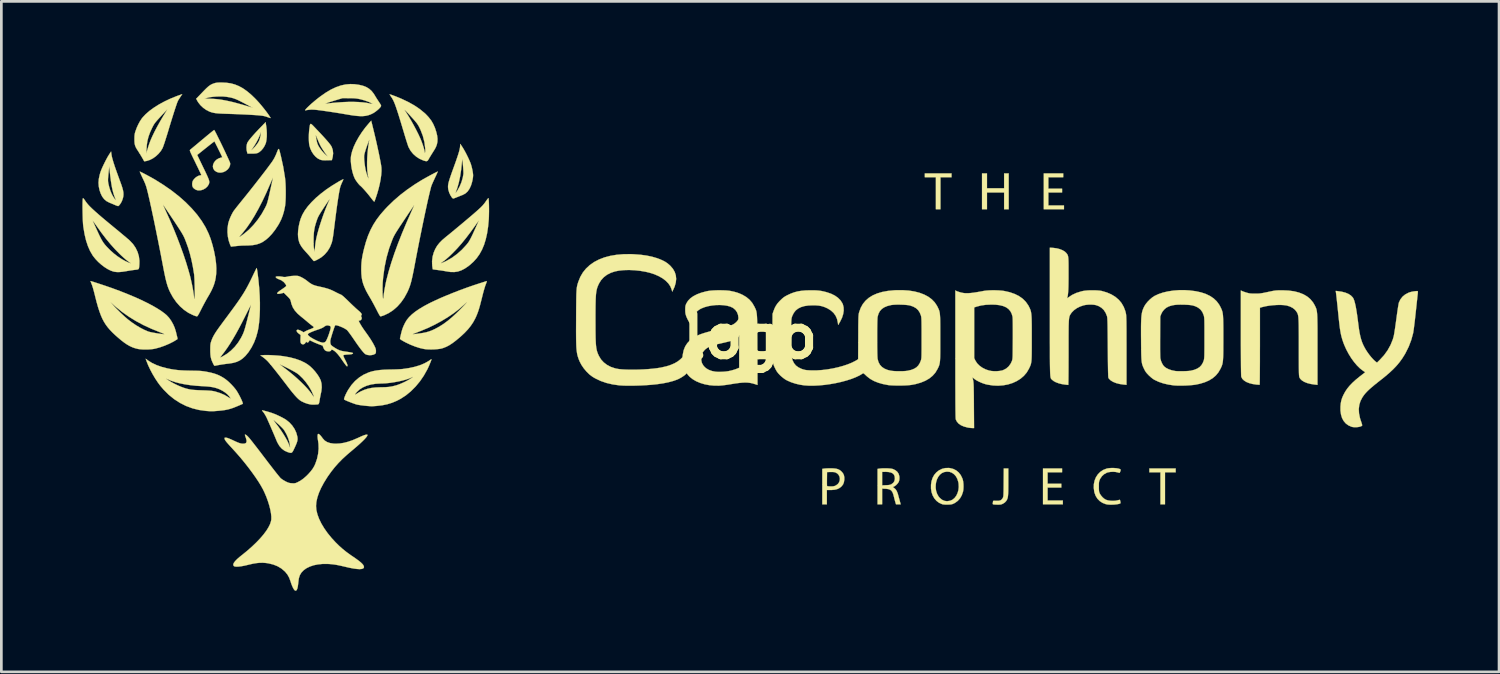
<source format=kicad_pcb>
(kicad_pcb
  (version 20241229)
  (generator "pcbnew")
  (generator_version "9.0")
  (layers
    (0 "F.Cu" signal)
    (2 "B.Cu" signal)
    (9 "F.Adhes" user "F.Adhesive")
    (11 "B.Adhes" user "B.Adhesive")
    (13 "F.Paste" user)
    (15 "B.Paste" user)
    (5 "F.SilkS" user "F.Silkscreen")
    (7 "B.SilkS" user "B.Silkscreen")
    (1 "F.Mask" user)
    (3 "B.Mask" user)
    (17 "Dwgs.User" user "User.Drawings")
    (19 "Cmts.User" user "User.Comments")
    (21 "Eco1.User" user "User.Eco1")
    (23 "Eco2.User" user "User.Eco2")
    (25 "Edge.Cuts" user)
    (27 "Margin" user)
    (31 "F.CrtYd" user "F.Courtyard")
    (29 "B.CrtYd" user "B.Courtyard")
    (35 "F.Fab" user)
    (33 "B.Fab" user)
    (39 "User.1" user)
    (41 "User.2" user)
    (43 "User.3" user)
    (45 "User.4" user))
  (footprint "logo"
    (layer "F.Cu")
    (at 24.721 9.409)
    (property "Reference" "logo" (at 0 0 0) (layer "F.SilkS") (effects (font (size 1.524 1.524) (thickness 0.3))))
    (attr through_hole)
    (fp_poly (pts (xy 7.451 -5.898) (xy 7.041 -5.898) (xy 7.041 -4.713) (xy 6.872 -4.713) (xy 6.872 -5.898) (xy 6.463 -5.898) (xy 6.463 -6.04) (xy 7.451 -6.04) (xy 7.451 -5.898)) (stroke (width 0.01) (type solid)) (fill yes) (layer "F.SilkS"))
    (fp_poly (pts (xy 15.748 5.024) (xy 15.353 5.024) (xy 15.353 6.209) (xy 15.184 6.209) (xy 15.184 5.024) (xy 14.774 5.024) (xy 14.774 4.882) (xy 15.748 4.882) (xy 15.748 5.024)) (stroke (width 0.01) (type solid)) (fill yes) (layer "F.SilkS"))
    (fp_poly (pts (xy 8.763 -5.489) (xy 9.398 -5.489) (xy 9.398 -6.04) (xy 9.567 -6.04) (xy 9.567 -4.713) (xy 9.398 -4.713) (xy 9.398 -5.334) (xy 8.763 -5.334) (xy 8.763 -4.713) (xy 8.58 -4.713) (xy 8.58 -6.04) (xy 8.763 -6.04) (xy 8.763 -5.489)) (stroke (width 0.01) (type solid)) (fill yes) (layer "F.SilkS"))
    (fp_poly (pts (xy 11.543 5.024) (xy 11.007 5.024) (xy 11.007 5.447) (xy 11.515 5.447) (xy 11.515 5.588) (xy 11.007 5.588) (xy 11.007 6.068) (xy 11.571 6.068) (xy 11.571 6.209) (xy 10.837 6.209) (xy 10.837 4.882) (xy 11.543 4.882) (xy 11.543 5.024)) (stroke (width 0.01) (type solid)) (fill yes) (layer "F.SilkS"))
    (fp_poly (pts (xy 11.585 -5.898) (xy 11.035 -5.898) (xy 11.035 -5.475) (xy 11.543 -5.475) (xy 11.543 -5.334) (xy 11.035 -5.334) (xy 11.035 -4.854) (xy 11.613 -4.854) (xy 11.613 -4.713) (xy 10.866 -4.713) (xy 10.866 -6.04) (xy 11.585 -6.04) (xy 11.585 -5.898)) (stroke (width 0.01) (type solid)) (fill yes) (layer "F.SilkS"))
    (fp_poly (pts (xy 9.553 5.38) (xy 9.553 5.527) (xy 9.552 5.649) (xy 9.55 5.748) (xy 9.546 5.829) (xy 9.541 5.894) (xy 9.534 5.945) (xy 9.524 5.987) (xy 9.511 6.022) (xy 9.495 6.053) (xy 9.476 6.083) (xy 9.472 6.089) (xy 9.423 6.141) (xy 9.357 6.184) (xy 9.314 6.204) (xy 9.276 6.215) (xy 9.232 6.22) (xy 9.173 6.221) (xy 9.159 6.221) (xy 9.099 6.219) (xy 9.047 6.217) (xy 9.011 6.214) (xy 9.005 6.213) (xy 8.983 6.205) (xy 8.976 6.189) (xy 8.98 6.155) (xy 8.986 6.117) (xy 8.989 6.09) (xy 8.989 6.088) (xy 9.002 6.08) (xy 9.042 6.077) (xy 9.104 6.079) (xy 9.188 6.079) (xy 9.251 6.067) (xy 9.298 6.04) (xy 9.334 5.997) (xy 9.346 5.977) (xy 9.354 5.961) (xy 9.361 5.944) (xy 9.366 5.923) (xy 9.37 5.896) (xy 9.373 5.858) (xy 9.375 5.808) (xy 9.377 5.742) (xy 9.379 5.656) (xy 9.38 5.549) (xy 9.381 5.417) (xy 9.381 5.401) (xy 9.385 4.882) (xy 9.553 4.882) (xy 9.553 5.38)) (stroke (width 0.01) (type solid)) (fill yes) (layer "F.SilkS"))
    (fp_poly (pts (xy -17.914 -7.771) (xy -17.9 -7.646) (xy -17.894 -7.518) (xy -17.896 -7.395) (xy -17.907 -7.283) (xy -17.924 -7.189) (xy -17.934 -7.156) (xy -17.977 -7.058) (xy -18.035 -6.966) (xy -18.103 -6.887) (xy -18.176 -6.827) (xy -18.222 -6.801) (xy -18.256 -6.788) (xy -18.297 -6.78) (xy -18.35 -6.775) (xy -18.424 -6.774) (xy -18.445 -6.774) (xy -18.609 -6.773) (xy -18.628 -6.84) (xy -18.638 -6.893) (xy -18.478 -6.893) (xy -18.429 -6.934) (xy -18.395 -6.965) (xy -18.352 -7.009) (xy -18.31 -7.057) (xy -18.306 -7.061) (xy -18.239 -7.147) (xy -18.19 -7.228) (xy -18.156 -7.314) (xy -18.132 -7.414) (xy -18.13 -7.421) (xy -18.118 -7.491) (xy -18.112 -7.537) (xy -18.112 -7.558) (xy -18.117 -7.554) (xy -18.129 -7.523) (xy -18.133 -7.512) (xy -18.171 -7.411) (xy -18.224 -7.298) (xy -18.288 -7.179) (xy -18.359 -7.062) (xy -18.432 -6.955) (xy -18.446 -6.936) (xy -18.478 -6.893) (xy -18.638 -6.893) (xy -18.643 -6.92) (xy -18.647 -7.008) (xy -18.639 -7.092) (xy -18.62 -7.163) (xy -18.617 -7.17) (xy -18.591 -7.214) (xy -18.547 -7.275) (xy -18.485 -7.352) (xy -18.407 -7.442) (xy -18.316 -7.544) (xy -18.212 -7.655) (xy -18.131 -7.739) (xy -17.939 -7.937) (xy -17.914 -7.771)) (stroke (width 0.01) (type solid)) (fill yes) (layer "F.SilkS"))
    (fp_poly (pts (xy 3.081 4.879) (xy 3.17 4.889) (xy 3.242 4.907) (xy 3.303 4.936) (xy 3.358 4.976) (xy 3.373 4.99) (xy 3.431 5.056) (xy 3.467 5.129) (xy 3.483 5.214) (xy 3.482 5.297) (xy 3.467 5.394) (xy 3.435 5.474) (xy 3.382 5.542) (xy 3.357 5.565) (xy 3.288 5.615) (xy 3.214 5.648) (xy 3.127 5.669) (xy 3.022 5.678) (xy 2.988 5.678) (xy 2.836 5.68) (xy 2.836 5.944) (xy 2.836 6.209) (xy 2.667 6.209) (xy 2.667 5.417) (xy 2.839 5.417) (xy 2.839 5.475) (xy 2.841 5.514) (xy 2.843 5.528) (xy 2.857 5.537) (xy 2.892 5.543) (xy 2.952 5.546) (xy 2.975 5.546) (xy 3.041 5.545) (xy 3.087 5.54) (xy 3.126 5.53) (xy 3.165 5.512) (xy 3.176 5.507) (xy 3.242 5.458) (xy 3.287 5.397) (xy 3.312 5.328) (xy 3.318 5.255) (xy 3.304 5.183) (xy 3.27 5.118) (xy 3.219 5.065) (xy 3.149 5.027) (xy 3.136 5.023) (xy 3.097 5.016) (xy 3.04 5.012) (xy 2.977 5.012) (xy 2.963 5.012) (xy 2.843 5.016) (xy 2.84 5.263) (xy 2.839 5.344) (xy 2.839 5.417) (xy 2.667 5.417) (xy 2.667 4.898) (xy 2.734 4.887) (xy 2.775 4.883) (xy 2.836 4.879) (xy 2.908 4.877) (xy 2.97 4.876) (xy 3.081 4.879)) (stroke (width 0.01) (type solid)) (fill yes) (layer "F.SilkS"))
    (fp_poly (pts (xy 5.109 4.879) (xy 5.187 4.885) (xy 5.248 4.894) (xy 5.273 4.901) (xy 5.37 4.946) (xy 5.443 5.005) (xy 5.493 5.08) (xy 5.519 5.17) (xy 5.523 5.235) (xy 5.517 5.311) (xy 5.5 5.37) (xy 5.493 5.385) (xy 5.452 5.443) (xy 5.398 5.499) (xy 5.339 5.541) (xy 5.317 5.552) (xy 5.276 5.569) (xy 5.325 5.603) (xy 5.38 5.652) (xy 5.424 5.72) (xy 5.46 5.811) (xy 5.474 5.86) (xy 5.494 5.935) (xy 5.517 6.018) (xy 5.537 6.092) (xy 5.537 6.092) (xy 5.569 6.209) (xy 5.396 6.209) (xy 5.373 6.135) (xy 5.359 6.086) (xy 5.342 6.021) (xy 5.325 5.953) (xy 5.32 5.934) (xy 5.293 5.833) (xy 5.263 5.758) (xy 5.226 5.704) (xy 5.177 5.668) (xy 5.115 5.646) (xy 5.035 5.635) (xy 5.007 5.633) (xy 4.882 5.627) (xy 4.882 6.209) (xy 4.713 6.209) (xy 4.713 5.009) (xy 4.882 5.009) (xy 4.882 5.507) (xy 5.027 5.501) (xy 5.1 5.497) (xy 5.152 5.491) (xy 5.191 5.481) (xy 5.224 5.466) (xy 5.228 5.463) (xy 5.294 5.414) (xy 5.335 5.352) (xy 5.352 5.276) (xy 5.353 5.25) (xy 5.345 5.172) (xy 5.319 5.11) (xy 5.274 5.064) (xy 5.209 5.032) (xy 5.122 5.013) (xy 5.011 5.006) (xy 4.957 5.007) (xy 4.882 5.009) (xy 4.713 5.009) (xy 4.713 4.898) (xy 4.78 4.888) (xy 4.85 4.88) (xy 4.933 4.876) (xy 5.022 4.876) (xy 5.109 4.879)) (stroke (width 0.01) (type solid)) (fill yes) (layer "F.SilkS"))
    (fp_poly (pts (xy 7.391 4.868) (xy 7.514 4.899) (xy 7.623 4.953) (xy 7.717 5.031) (xy 7.793 5.129) (xy 7.851 5.247) (xy 7.868 5.299) (xy 7.883 5.37) (xy 7.892 5.46) (xy 7.894 5.556) (xy 7.89 5.649) (xy 7.879 5.728) (xy 7.875 5.743) (xy 7.831 5.873) (xy 7.766 5.986) (xy 7.683 6.08) (xy 7.583 6.153) (xy 7.552 6.17) (xy 7.507 6.191) (xy 7.468 6.205) (xy 7.428 6.213) (xy 7.376 6.217) (xy 7.31 6.219) (xy 7.214 6.219) (xy 7.14 6.212) (xy 7.102 6.203) (xy 6.991 6.153) (xy 6.895 6.081) (xy 6.816 5.99) (xy 6.754 5.882) (xy 6.712 5.761) (xy 6.691 5.628) (xy 6.691 5.606) (xy 6.865 5.606) (xy 6.881 5.714) (xy 6.915 5.817) (xy 6.966 5.911) (xy 7.018 5.974) (xy 7.1 6.041) (xy 7.189 6.081) (xy 7.284 6.094) (xy 7.387 6.079) (xy 7.408 6.074) (xy 7.492 6.035) (xy 7.566 5.972) (xy 7.627 5.891) (xy 7.673 5.794) (xy 7.705 5.686) (xy 7.718 5.569) (xy 7.713 5.448) (xy 7.703 5.388) (xy 7.667 5.272) (xy 7.615 5.174) (xy 7.547 5.097) (xy 7.466 5.04) (xy 7.376 5.007) (xy 7.277 4.999) (xy 7.176 5.016) (xy 7.09 5.055) (xy 7.017 5.115) (xy 6.958 5.193) (xy 6.912 5.285) (xy 6.881 5.387) (xy 6.865 5.495) (xy 6.865 5.606) (xy 6.691 5.606) (xy 6.691 5.487) (xy 6.709 5.36) (xy 6.749 5.233) (xy 6.81 5.121) (xy 6.89 5.027) (xy 6.986 4.952) (xy 7.095 4.898) (xy 7.214 4.868) (xy 7.341 4.863) (xy 7.391 4.868)) (stroke (width 0.01) (type solid)) (fill yes) (layer "F.SilkS"))
    (fp_poly (pts (xy 13.469 4.866) (xy 13.556 4.873) (xy 13.628 4.886) (xy 13.636 4.888) (xy 13.681 4.903) (xy 13.706 4.917) (xy 13.712 4.94) (xy 13.703 4.976) (xy 13.688 5.015) (xy 13.68 5.035) (xy 13.668 5.043) (xy 13.644 5.039) (xy 13.607 5.028) (xy 13.527 5.011) (xy 13.433 5.004) (xy 13.336 5.009) (xy 13.247 5.024) (xy 13.202 5.037) (xy 13.104 5.09) (xy 13.021 5.165) (xy 12.957 5.257) (xy 12.945 5.281) (xy 12.928 5.32) (xy 12.917 5.353) (xy 12.91 5.388) (xy 12.906 5.432) (xy 12.905 5.492) (xy 12.905 5.553) (xy 12.905 5.632) (xy 12.908 5.69) (xy 12.912 5.732) (xy 12.921 5.766) (xy 12.933 5.798) (xy 12.935 5.803) (xy 12.981 5.878) (xy 13.042 5.949) (xy 13.112 6.008) (xy 13.17 6.041) (xy 13.242 6.063) (xy 13.332 6.077) (xy 13.428 6.081) (xy 13.521 6.076) (xy 13.596 6.061) (xy 13.639 6.05) (xy 13.67 6.043) (xy 13.681 6.042) (xy 13.69 6.062) (xy 13.699 6.096) (xy 13.705 6.133) (xy 13.707 6.161) (xy 13.705 6.169) (xy 13.674 6.185) (xy 13.621 6.199) (xy 13.552 6.21) (xy 13.473 6.218) (xy 13.389 6.221) (xy 13.307 6.221) (xy 13.233 6.216) (xy 13.172 6.205) (xy 13.166 6.204) (xy 13.043 6.157) (xy 12.937 6.088) (xy 12.85 5.999) (xy 12.784 5.892) (xy 12.74 5.769) (xy 12.735 5.747) (xy 12.716 5.6) (xy 12.72 5.459) (xy 12.748 5.327) (xy 12.797 5.207) (xy 12.866 5.101) (xy 12.954 5.011) (xy 13.059 4.94) (xy 13.181 4.891) (xy 13.217 4.881) (xy 13.289 4.87) (xy 13.376 4.865) (xy 13.469 4.866)) (stroke (width 0.01) (type solid)) (fill yes) (layer "F.SilkS"))
    (fp_poly (pts (xy -23.642 -6.724) (xy -23.629 -6.653) (xy -23.604 -6.559) (xy -23.569 -6.439) (xy -23.522 -6.295) (xy -23.463 -6.126) (xy -23.393 -5.932) (xy -23.327 -5.751) (xy -23.279 -5.62) (xy -23.243 -5.509) (xy -23.218 -5.416) (xy -23.204 -5.335) (xy -23.201 -5.262) (xy -23.206 -5.193) (xy -23.221 -5.125) (xy -23.243 -5.057) (xy -23.266 -5.001) (xy -23.297 -4.945) (xy -23.331 -4.894) (xy -23.363 -4.855) (xy -23.39 -4.833) (xy -23.397 -4.831) (xy -23.419 -4.835) (xy -23.459 -4.849) (xy -23.509 -4.869) (xy -23.523 -4.875) (xy -23.591 -4.904) (xy -23.665 -4.935) (xy -23.728 -4.961) (xy -23.83 -5.015) (xy -23.916 -5.088) (xy -23.988 -5.182) (xy -24.045 -5.299) (xy -24.086 -5.419) (xy -24.115 -5.558) (xy -24.125 -5.696) (xy -24.118 -5.777) (xy -23.773 -5.777) (xy -23.771 -5.738) (xy -23.765 -5.698) (xy -23.757 -5.653) (xy -23.727 -5.527) (xy -23.686 -5.4) (xy -23.637 -5.283) (xy -23.606 -5.223) (xy -23.577 -5.174) (xy -23.546 -5.126) (xy -23.518 -5.086) (xy -23.496 -5.059) (xy -23.486 -5.052) (xy -23.488 -5.064) (xy -23.499 -5.094) (xy -23.511 -5.126) (xy -23.544 -5.213) (xy -23.573 -5.304) (xy -23.6 -5.403) (xy -23.624 -5.513) (xy -23.646 -5.636) (xy -23.668 -5.777) (xy -23.689 -5.939) (xy -23.71 -6.124) (xy -23.717 -6.195) (xy -23.728 -6.301) (xy -23.755 -6.04) (xy -23.764 -5.946) (xy -23.77 -5.875) (xy -23.773 -5.82) (xy -23.773 -5.777) (xy -24.118 -5.777) (xy -24.113 -5.838) (xy -24.081 -5.99) (xy -24.052 -6.089) (xy -24.026 -6.159) (xy -23.989 -6.247) (xy -23.943 -6.346) (xy -23.893 -6.449) (xy -23.841 -6.55) (xy -23.791 -6.643) (xy -23.745 -6.719) (xy -23.733 -6.738) (xy -23.659 -6.851) (xy -23.642 -6.724)) (stroke (width 0.01) (type solid)) (fill yes) (layer "F.SilkS"))
    (fp_poly (pts (xy -16.258 -7.871) (xy -16.229 -7.852) (xy -16.189 -7.814) (xy -16.134 -7.757) (xy -16.061 -7.681) (xy -16.049 -7.667) (xy -15.923 -7.535) (xy -15.817 -7.421) (xy -15.728 -7.323) (xy -15.655 -7.24) (xy -15.596 -7.17) (xy -15.551 -7.112) (xy -15.517 -7.064) (xy -15.494 -7.024) (xy -15.491 -7.017) (xy -15.453 -6.905) (xy -15.44 -6.784) (xy -15.454 -6.659) (xy -15.461 -6.627) (xy -15.487 -6.531) (xy -15.664 -6.526) (xy -15.749 -6.525) (xy -15.813 -6.527) (xy -15.861 -6.533) (xy -15.902 -6.543) (xy -15.913 -6.546) (xy -16.003 -6.59) (xy -16.089 -6.659) (xy -16.167 -6.747) (xy -16.234 -6.85) (xy -16.286 -6.965) (xy -16.32 -7.079) (xy -16.331 -7.153) (xy -16.337 -7.248) (xy -16.34 -7.356) (xy -16.338 -7.459) (xy -16.086 -7.459) (xy -16.084 -7.441) (xy -16.077 -7.401) (xy -16.068 -7.346) (xy -16.057 -7.29) (xy -16.04 -7.207) (xy -16.02 -7.139) (xy -15.994 -7.078) (xy -15.959 -7.017) (xy -15.911 -6.947) (xy -15.879 -6.904) (xy -15.843 -6.86) (xy -15.801 -6.812) (xy -15.756 -6.765) (xy -15.713 -6.724) (xy -15.678 -6.692) (xy -15.655 -6.676) (xy -15.651 -6.675) (xy -15.656 -6.684) (xy -15.673 -6.708) (xy -15.683 -6.72) (xy -15.722 -6.772) (xy -15.769 -6.839) (xy -15.818 -6.914) (xy -15.864 -6.987) (xy -15.901 -7.05) (xy -15.911 -7.07) (xy -15.932 -7.114) (xy -15.961 -7.177) (xy -15.992 -7.247) (xy -16.018 -7.31) (xy -16.044 -7.37) (xy -16.065 -7.418) (xy -16.08 -7.449) (xy -16.086 -7.459) (xy -16.086 -7.459) (xy -16.338 -7.459) (xy -16.338 -7.469) (xy -16.332 -7.579) (xy -16.322 -7.68) (xy -16.319 -7.7) (xy -16.309 -7.769) (xy -16.301 -7.821) (xy -16.291 -7.856) (xy -16.278 -7.872) (xy -16.258 -7.871)) (stroke (width 0.01) (type solid)) (fill yes) (layer "F.SilkS"))
    (fp_poly (pts (xy -10.649 -7.006) (xy -10.6 -6.925) (xy -10.546 -6.829) (xy -10.491 -6.723) (xy -10.439 -6.616) (xy -10.392 -6.513) (xy -10.355 -6.423) (xy -10.337 -6.372) (xy -10.312 -6.284) (xy -10.29 -6.189) (xy -10.272 -6.095) (xy -10.261 -6.011) (xy -10.259 -5.96) (xy -10.264 -5.892) (xy -10.278 -5.808) (xy -10.298 -5.718) (xy -10.324 -5.631) (xy -10.338 -5.589) (xy -10.395 -5.467) (xy -10.464 -5.369) (xy -10.547 -5.295) (xy -10.644 -5.244) (xy -10.651 -5.241) (xy -10.694 -5.225) (xy -10.753 -5.201) (xy -10.818 -5.175) (xy -10.848 -5.163) (xy -10.905 -5.14) (xy -10.953 -5.122) (xy -10.986 -5.111) (xy -10.996 -5.109) (xy -11.016 -5.12) (xy -11.042 -5.145) (xy -11.046 -5.151) (xy -11.096 -5.228) (xy -11.14 -5.321) (xy -11.14 -5.322) (xy -10.908 -5.322) (xy -10.901 -5.323) (xy -10.882 -5.347) (xy -10.851 -5.391) (xy -10.84 -5.408) (xy -10.757 -5.555) (xy -10.69 -5.714) (xy -10.642 -5.877) (xy -10.617 -6.021) (xy -10.616 -6.054) (xy -10.618 -6.105) (xy -10.621 -6.17) (xy -10.626 -6.244) (xy -10.632 -6.321) (xy -10.639 -6.396) (xy -10.645 -6.462) (xy -10.652 -6.515) (xy -10.657 -6.549) (xy -10.661 -6.559) (xy -10.663 -6.548) (xy -10.668 -6.515) (xy -10.672 -6.465) (xy -10.674 -6.439) (xy -10.702 -6.171) (xy -10.74 -5.923) (xy -10.789 -5.695) (xy -10.847 -5.491) (xy -10.901 -5.345) (xy -10.908 -5.322) (xy -11.14 -5.322) (xy -11.17 -5.417) (xy -11.178 -5.45) (xy -11.184 -5.498) (xy -11.187 -5.544) (xy -11.185 -5.594) (xy -11.177 -5.649) (xy -11.163 -5.713) (xy -11.141 -5.789) (xy -11.112 -5.881) (xy -11.074 -5.992) (xy -11.027 -6.125) (xy -11.009 -6.174) (xy -10.948 -6.342) (xy -10.896 -6.487) (xy -10.854 -6.61) (xy -10.819 -6.714) (xy -10.792 -6.801) (xy -10.771 -6.874) (xy -10.756 -6.936) (xy -10.746 -6.987) (xy -10.741 -7.031) (xy -10.732 -7.133) (xy -10.649 -7.006)) (stroke (width 0.01) (type solid)) (fill yes) (layer "F.SilkS"))
    (fp_poly (pts (xy -18.057 2.73) (xy -18.02 2.738) (xy -17.967 2.751) (xy -17.904 2.768) (xy -17.836 2.787) (xy -17.769 2.808) (xy -17.708 2.827) (xy -17.697 2.831) (xy -17.612 2.863) (xy -17.515 2.904) (xy -17.414 2.951) (xy -17.318 3) (xy -17.235 3.046) (xy -17.185 3.077) (xy -17.061 3.176) (xy -16.954 3.293) (xy -16.867 3.422) (xy -16.803 3.561) (xy -16.764 3.705) (xy -16.762 3.714) (xy -16.757 3.767) (xy -16.758 3.818) (xy -16.768 3.873) (xy -16.788 3.936) (xy -16.82 4.014) (xy -16.863 4.11) (xy -16.867 4.117) (xy -16.903 4.194) (xy -16.932 4.249) (xy -16.957 4.283) (xy -16.984 4.301) (xy -17.015 4.304) (xy -17.057 4.296) (xy -17.113 4.279) (xy -17.122 4.276) (xy -17.239 4.224) (xy -17.341 4.148) (xy -17.429 4.048) (xy -17.501 3.925) (xy -17.526 3.871) (xy -17.568 3.769) (xy -17.614 3.659) (xy -17.663 3.545) (xy -17.712 3.43) (xy -17.76 3.319) (xy -17.805 3.216) (xy -17.845 3.126) (xy -17.859 3.093) (xy -17.647 3.093) (xy -17.633 3.114) (xy -17.607 3.151) (xy -17.57 3.199) (xy -17.556 3.217) (xy -17.46 3.344) (xy -17.37 3.473) (xy -17.286 3.601) (xy -17.211 3.725) (xy -17.147 3.839) (xy -17.098 3.941) (xy -17.064 4.026) (xy -17.06 4.04) (xy -17.047 4.078) (xy -17.037 4.102) (xy -17.034 4.106) (xy -17.033 4.094) (xy -17.034 4.06) (xy -17.038 4.019) (xy -17.063 3.889) (xy -17.107 3.751) (xy -17.168 3.612) (xy -17.242 3.482) (xy -17.259 3.456) (xy -17.289 3.418) (xy -17.337 3.367) (xy -17.397 3.308) (xy -17.466 3.243) (xy -17.538 3.179) (xy -17.609 3.119) (xy -17.645 3.09) (xy -17.647 3.093) (xy -17.859 3.093) (xy -17.878 3.052) (xy -17.902 2.999) (xy -17.906 2.99) (xy -17.94 2.927) (xy -17.977 2.864) (xy -18.011 2.814) (xy -18.021 2.801) (xy -18.05 2.765) (xy -18.068 2.739) (xy -18.072 2.729) (xy -18.057 2.73)) (stroke (width 0.01) (type solid)) (fill yes) (layer "F.SilkS"))
    (fp_poly (pts (xy -21.094 -8.872) (xy -21.128 -8.82) (xy -21.159 -8.771) (xy -21.18 -8.735) (xy -21.184 -8.728) (xy -21.2 -8.691) (xy -21.223 -8.63) (xy -21.252 -8.546) (xy -21.287 -8.441) (xy -21.327 -8.318) (xy -21.371 -8.179) (xy -21.419 -8.025) (xy -21.47 -7.86) (xy -21.523 -7.685) (xy -21.542 -7.62) (xy -21.582 -7.489) (xy -21.621 -7.365) (xy -21.657 -7.251) (xy -21.689 -7.152) (xy -21.718 -7.071) (xy -21.74 -7.01) (xy -21.755 -6.974) (xy -21.82 -6.867) (xy -21.903 -6.767) (xy -22.001 -6.676) (xy -22.108 -6.599) (xy -22.22 -6.541) (xy -22.33 -6.504) (xy -22.372 -6.496) (xy -22.433 -6.488) (xy -22.506 -6.618) (xy -22.548 -6.689) (xy -22.596 -6.768) (xy -22.604 -6.78) (xy -22.352 -6.78) (xy -22.331 -6.865) (xy -22.318 -6.912) (xy -22.298 -6.977) (xy -22.275 -7.051) (xy -22.25 -7.126) (xy -22.2 -7.26) (xy -22.133 -7.413) (xy -22.051 -7.583) (xy -21.955 -7.766) (xy -21.847 -7.961) (xy -21.728 -8.164) (xy -21.599 -8.373) (xy -21.597 -8.375) (xy -21.587 -8.392) (xy -21.582 -8.402) (xy -21.584 -8.403) (xy -21.595 -8.393) (xy -21.617 -8.371) (xy -21.65 -8.335) (xy -21.698 -8.284) (xy -21.762 -8.215) (xy -21.829 -8.142) (xy -21.902 -8.062) (xy -21.959 -7.999) (xy -22.003 -7.947) (xy -22.038 -7.903) (xy -22.066 -7.863) (xy -22.091 -7.821) (xy -22.116 -7.774) (xy -22.14 -7.726) (xy -22.217 -7.558) (xy -22.274 -7.402) (xy -22.313 -7.249) (xy -22.337 -7.092) (xy -22.346 -6.95) (xy -22.352 -6.78) (xy -22.604 -6.78) (xy -22.641 -6.839) (xy -22.656 -6.862) (xy -22.71 -6.945) (xy -22.748 -7.015) (xy -22.773 -7.08) (xy -22.788 -7.147) (xy -22.794 -7.226) (xy -22.795 -7.31) (xy -22.794 -7.391) (xy -22.79 -7.453) (xy -22.783 -7.504) (xy -22.771 -7.555) (xy -22.755 -7.606) (xy -22.709 -7.731) (xy -22.652 -7.856) (xy -22.589 -7.972) (xy -22.523 -8.072) (xy -22.493 -8.11) (xy -22.377 -8.234) (xy -22.235 -8.357) (xy -22.07 -8.477) (xy -21.886 -8.593) (xy -21.685 -8.702) (xy -21.47 -8.804) (xy -21.244 -8.896) (xy -21.177 -8.92) (xy -21.025 -8.974) (xy -21.094 -8.872)) (stroke (width 0.01) (type solid)) (fill yes) (layer "F.SilkS"))
    (fp_poly (pts (xy -14.648 -9.342) (xy -14.481 -9.319) (xy -14.337 -9.285) (xy -14.213 -9.237) (xy -14.108 -9.173) (xy -14.017 -9.093) (xy -13.939 -8.994) (xy -13.9 -8.932) (xy -13.866 -8.875) (xy -13.822 -8.804) (xy -13.775 -8.732) (xy -13.747 -8.689) (xy -13.708 -8.63) (xy -13.682 -8.59) (xy -13.669 -8.562) (xy -13.665 -8.543) (xy -13.669 -8.526) (xy -13.675 -8.514) (xy -13.704 -8.475) (xy -13.751 -8.426) (xy -13.81 -8.374) (xy -13.874 -8.324) (xy -13.938 -8.281) (xy -13.97 -8.263) (xy -14.056 -8.222) (xy -14.143 -8.192) (xy -14.233 -8.171) (xy -14.332 -8.161) (xy -14.441 -8.16) (xy -14.567 -8.169) (xy -14.711 -8.186) (xy -14.873 -8.212) (xy -15.036 -8.24) (xy -15.204 -8.268) (xy -15.373 -8.295) (xy -15.537 -8.32) (xy -15.692 -8.343) (xy -15.833 -8.363) (xy -15.955 -8.379) (xy -16.033 -8.389) (xy -16.143 -8.399) (xy -16.236 -8.402) (xy -16.321 -8.397) (xy -16.41 -8.385) (xy -16.468 -8.374) (xy -16.478 -8.378) (xy -16.468 -8.397) (xy -16.441 -8.43) (xy -16.399 -8.474) (xy -16.344 -8.527) (xy -16.28 -8.587) (xy -16.236 -8.625) (xy -15.728 -8.625) (xy -15.713 -8.625) (xy -15.675 -8.628) (xy -15.62 -8.633) (xy -15.552 -8.64) (xy -15.534 -8.642) (xy -15.46 -8.65) (xy -15.365 -8.659) (xy -15.259 -8.667) (xy -15.148 -8.675) (xy -15.043 -8.681) (xy -15.04 -8.681) (xy -14.856 -8.688) (xy -14.676 -8.688) (xy -14.503 -8.682) (xy -14.345 -8.67) (xy -14.205 -8.653) (xy -14.125 -8.638) (xy -14.054 -8.623) (xy -14.008 -8.614) (xy -13.986 -8.613) (xy -13.986 -8.618) (xy -14.006 -8.631) (xy -14.034 -8.646) (xy -14.144 -8.696) (xy -14.274 -8.742) (xy -14.413 -8.781) (xy -14.467 -8.793) (xy -14.534 -8.806) (xy -14.601 -8.815) (xy -14.673 -8.821) (xy -14.759 -8.824) (xy -14.852 -8.825) (xy -15.092 -8.826) (xy -15.413 -8.729) (xy -15.502 -8.701) (xy -15.581 -8.676) (xy -15.647 -8.655) (xy -15.696 -8.638) (xy -15.723 -8.628) (xy -15.728 -8.625) (xy -16.236 -8.625) (xy -16.207 -8.651) (xy -16.13 -8.717) (xy -16.049 -8.784) (xy -15.967 -8.848) (xy -15.905 -8.895) (xy -15.707 -9.033) (xy -15.517 -9.145) (xy -15.334 -9.231) (xy -15.155 -9.294) (xy -14.98 -9.332) (xy -14.805 -9.347) (xy -14.648 -9.342)) (stroke (width 0.01) (type solid)) (fill yes) (layer "F.SilkS"))
    (fp_poly (pts (xy -17.839 0.684) (xy -17.729 0.688) (xy -17.611 0.695) (xy -17.493 0.703) (xy -17.381 0.714) (xy -17.281 0.726) (xy -17.273 0.728) (xy -17.04 0.769) (xy -16.831 0.824) (xy -16.645 0.89) (xy -16.48 0.97) (xy -16.381 1.032) (xy -16.29 1.102) (xy -16.198 1.19) (xy -16.109 1.289) (xy -16.028 1.394) (xy -15.96 1.498) (xy -15.91 1.596) (xy -15.896 1.63) (xy -15.869 1.746) (xy -15.861 1.876) (xy -15.874 2.014) (xy -15.888 2.081) (xy -15.902 2.147) (xy -15.918 2.228) (xy -15.933 2.309) (xy -15.938 2.342) (xy -15.95 2.414) (xy -15.962 2.462) (xy -15.975 2.492) (xy -15.993 2.506) (xy -16.016 2.511) (xy -16.023 2.512) (xy -16.054 2.513) (xy -16.099 2.516) (xy -16.122 2.518) (xy -16.178 2.519) (xy -16.242 2.516) (xy -16.277 2.512) (xy -16.382 2.489) (xy -16.494 2.45) (xy -16.599 2.401) (xy -16.631 2.383) (xy -16.679 2.35) (xy -16.732 2.305) (xy -16.791 2.247) (xy -16.858 2.174) (xy -16.935 2.083) (xy -17.023 1.974) (xy -17.124 1.843) (xy -17.152 1.806) (xy -17.264 1.66) (xy -17.372 1.519) (xy -17.474 1.388) (xy -17.57 1.266) (xy -17.657 1.158) (xy -17.733 1.064) (xy -17.764 1.026) (xy -17.42 1.026) (xy -17.404 1.039) (xy -17.37 1.065) (xy -17.323 1.101) (xy -17.267 1.143) (xy -17.258 1.15) (xy -17.09 1.279) (xy -16.928 1.413) (xy -16.773 1.548) (xy -16.628 1.683) (xy -16.497 1.814) (xy -16.381 1.939) (xy -16.284 2.055) (xy -16.208 2.159) (xy -16.202 2.17) (xy -16.176 2.208) (xy -16.157 2.235) (xy -16.149 2.244) (xy -16.151 2.232) (xy -16.161 2.2) (xy -16.176 2.156) (xy -16.177 2.155) (xy -16.247 1.998) (xy -16.34 1.838) (xy -16.45 1.684) (xy -16.571 1.542) (xy -16.7 1.419) (xy -16.74 1.386) (xy -16.784 1.354) (xy -16.851 1.314) (xy -16.936 1.266) (xy -17.035 1.213) (xy -17.131 1.164) (xy -17.214 1.123) (xy -17.288 1.087) (xy -17.348 1.058) (xy -17.392 1.037) (xy -17.417 1.027) (xy -17.42 1.026) (xy -17.764 1.026) (xy -17.797 0.988) (xy -17.846 0.931) (xy -17.864 0.912) (xy -17.917 0.86) (xy -17.981 0.805) (xy -18.037 0.762) (xy -18.132 0.695) (xy -18.009 0.686) (xy -17.934 0.684) (xy -17.839 0.684)) (stroke (width 0.01) (type solid)) (fill yes) (layer "F.SilkS"))
    (fp_poly (pts (xy -13.923 -7.555) (xy -13.887 -7.404) (xy -13.851 -7.249) (xy -13.816 -7.094) (xy -13.783 -6.941) (xy -13.751 -6.795) (xy -13.723 -6.657) (xy -13.699 -6.533) (xy -13.678 -6.424) (xy -13.663 -6.335) (xy -13.654 -6.269) (xy -13.652 -6.251) (xy -13.649 -6.13) (xy -13.659 -5.989) (xy -13.68 -5.831) (xy -13.712 -5.662) (xy -13.754 -5.485) (xy -13.805 -5.306) (xy -13.823 -5.249) (xy -13.849 -5.172) (xy -13.872 -5.103) (xy -13.892 -5.048) (xy -13.905 -5.011) (xy -13.911 -4.998) (xy -13.923 -4.998) (xy -13.945 -5.018) (xy -13.98 -5.059) (xy -14.029 -5.122) (xy -14.037 -5.132) (xy -14.089 -5.199) (xy -14.147 -5.271) (xy -14.208 -5.344) (xy -14.269 -5.414) (xy -14.327 -5.478) (xy -14.376 -5.53) (xy -14.414 -5.567) (xy -14.431 -5.581) (xy -14.462 -5.609) (xy -14.502 -5.654) (xy -14.546 -5.71) (xy -14.588 -5.769) (xy -14.623 -5.824) (xy -14.629 -5.835) (xy -14.125 -5.835) (xy -14.118 -5.828) (xy -14.111 -5.835) (xy -14.118 -5.842) (xy -14.125 -5.835) (xy -14.629 -5.835) (xy -14.638 -5.85) (xy -14.683 -5.957) (xy -14.721 -6.082) (xy -14.752 -6.218) (xy -14.773 -6.357) (xy -14.785 -6.491) (xy -14.784 -6.614) (xy -14.782 -6.641) (xy -14.293 -6.641) (xy -14.29 -6.556) (xy -14.281 -6.459) (xy -14.269 -6.357) (xy -14.254 -6.259) (xy -14.238 -6.171) (xy -14.23 -6.14) (xy -14.213 -6.077) (xy -14.194 -6.012) (xy -14.174 -5.953) (xy -14.156 -5.904) (xy -14.141 -5.871) (xy -14.132 -5.859) (xy -14.132 -5.859) (xy -14.132 -5.874) (xy -14.138 -5.908) (xy -14.148 -5.952) (xy -14.165 -6.053) (xy -14.177 -6.177) (xy -14.183 -6.318) (xy -14.183 -6.471) (xy -14.177 -6.632) (xy -14.166 -6.795) (xy -14.149 -6.955) (xy -14.14 -7.027) (xy -14.129 -7.102) (xy -14.118 -7.169) (xy -14.11 -7.222) (xy -14.104 -7.254) (xy -14.103 -7.26) (xy -14.098 -7.283) (xy -14.102 -7.282) (xy -14.113 -7.257) (xy -14.131 -7.213) (xy -14.154 -7.15) (xy -14.183 -7.071) (xy -14.203 -7.013) (xy -14.231 -6.931) (xy -14.255 -6.852) (xy -14.275 -6.783) (xy -14.287 -6.73) (xy -14.291 -6.706) (xy -14.293 -6.641) (xy -14.782 -6.641) (xy -14.776 -6.697) (xy -14.738 -6.855) (xy -14.678 -7.024) (xy -14.596 -7.2) (xy -14.495 -7.381) (xy -14.377 -7.564) (xy -14.243 -7.745) (xy -14.099 -7.916) (xy -14.03 -7.992) (xy -13.923 -7.555)) (stroke (width 0.01) (type solid)) (fill yes) (layer "F.SilkS"))
    (fp_poly (pts (xy -13.337 -8.965) (xy -13.303 -8.955) (xy -13.251 -8.938) (xy -13.186 -8.914) (xy -13.112 -8.886) (xy -13.033 -8.854) (xy -12.954 -8.821) (xy -12.898 -8.797) (xy -12.65 -8.679) (xy -12.426 -8.552) (xy -12.227 -8.417) (xy -12.054 -8.274) (xy -12.019 -8.243) (xy -11.905 -8.122) (xy -11.811 -8.001) (xy -11.735 -7.871) (xy -11.671 -7.726) (xy -11.623 -7.578) (xy -11.59 -7.442) (xy -11.576 -7.323) (xy -11.58 -7.215) (xy -11.585 -7.183) (xy -11.598 -7.12) (xy -11.617 -7.062) (xy -11.642 -7.003) (xy -11.678 -6.936) (xy -11.728 -6.856) (xy -11.753 -6.816) (xy -11.796 -6.748) (xy -11.838 -6.68) (xy -11.875 -6.619) (xy -11.897 -6.579) (xy -11.925 -6.532) (xy -11.949 -6.504) (xy -11.978 -6.493) (xy -12.018 -6.496) (xy -12.076 -6.512) (xy -12.096 -6.518) (xy -12.234 -6.577) (xy -12.362 -6.659) (xy -12.477 -6.761) (xy -12.573 -6.879) (xy -12.646 -7.01) (xy -12.649 -7.015) (xy -12.661 -7.047) (xy -12.68 -7.103) (xy -12.704 -7.177) (xy -12.733 -7.267) (xy -12.764 -7.368) (xy -12.797 -7.476) (xy -12.812 -7.528) (xy -12.876 -7.74) (xy -12.932 -7.927) (xy -12.982 -8.09) (xy -13.026 -8.232) (xy -13.066 -8.354) (xy -13.08 -8.396) (xy -12.793 -8.396) (xy -12.79 -8.385) (xy -12.774 -8.357) (xy -12.749 -8.317) (xy -12.747 -8.315) (xy -12.647 -8.155) (xy -12.547 -7.985) (xy -12.451 -7.813) (xy -12.361 -7.643) (xy -12.28 -7.482) (xy -12.213 -7.336) (xy -12.193 -7.288) (xy -12.162 -7.21) (xy -12.131 -7.126) (xy -12.104 -7.042) (xy -12.08 -6.964) (xy -12.062 -6.898) (xy -12.052 -6.849) (xy -12.051 -6.831) (xy -12.049 -6.808) (xy -12.041 -6.809) (xy -12.036 -6.816) (xy -12.03 -6.841) (xy -12.028 -6.888) (xy -12.03 -6.953) (xy -12.031 -6.964) (xy -12.061 -7.199) (xy -12.118 -7.427) (xy -12.203 -7.649) (xy -12.253 -7.753) (xy -12.279 -7.802) (xy -12.306 -7.846) (xy -12.336 -7.89) (xy -12.373 -7.937) (xy -12.42 -7.993) (xy -12.48 -8.061) (xy -12.557 -8.145) (xy -12.621 -8.215) (xy -12.679 -8.277) (xy -12.728 -8.329) (xy -12.765 -8.368) (xy -12.788 -8.391) (xy -12.793 -8.396) (xy -13.08 -8.396) (xy -13.101 -8.459) (xy -13.132 -8.548) (xy -13.161 -8.624) (xy -13.187 -8.688) (xy -13.212 -8.741) (xy -13.236 -8.787) (xy -13.259 -8.827) (xy -13.277 -8.854) (xy -13.309 -8.901) (xy -13.334 -8.939) (xy -13.348 -8.962) (xy -13.349 -8.966) (xy -13.337 -8.965)) (stroke (width 0.01) (type solid)) (fill yes) (layer "F.SilkS"))
    (fp_poly (pts (xy -15.064 -5.809) (xy -15.077 -5.776) (xy -15.097 -5.733) (xy -15.126 -5.671) (xy -15.154 -5.602) (xy -15.169 -5.562) (xy -15.185 -5.503) (xy -15.204 -5.416) (xy -15.225 -5.301) (xy -15.248 -5.16) (xy -15.274 -4.991) (xy -15.302 -4.796) (xy -15.332 -4.574) (xy -15.364 -4.326) (xy -15.398 -4.053) (xy -15.41 -3.958) (xy -15.427 -3.822) (xy -15.443 -3.71) (xy -15.458 -3.62) (xy -15.473 -3.546) (xy -15.488 -3.486) (xy -15.494 -3.467) (xy -15.558 -3.309) (xy -15.644 -3.167) (xy -15.749 -3.043) (xy -15.867 -2.942) (xy -15.916 -2.91) (xy -15.972 -2.877) (xy -16.031 -2.845) (xy -16.084 -2.818) (xy -16.127 -2.8) (xy -16.15 -2.794) (xy -16.165 -2.804) (xy -16.191 -2.833) (xy -16.226 -2.874) (xy -16.249 -2.903) (xy -16.295 -2.959) (xy -16.352 -3.026) (xy -16.413 -3.094) (xy -16.454 -3.139) (xy -16.543 -3.24) (xy -16.611 -3.33) (xy -16.662 -3.417) (xy -16.699 -3.504) (xy -16.718 -3.577) (xy -16.163 -3.577) (xy -16.163 -3.458) (xy -16.16 -3.364) (xy -16.155 -3.292) (xy -16.147 -3.238) (xy -16.144 -3.224) (xy -16.123 -3.14) (xy -16.113 -3.274) (xy -16.107 -3.348) (xy -16.098 -3.425) (xy -16.09 -3.492) (xy -16.087 -3.507) (xy -16.062 -3.639) (xy -16.026 -3.791) (xy -15.98 -3.959) (xy -15.926 -4.137) (xy -15.866 -4.321) (xy -15.802 -4.505) (xy -15.735 -4.684) (xy -15.667 -4.854) (xy -15.609 -4.987) (xy -15.588 -5.034) (xy -15.574 -5.07) (xy -15.568 -5.088) (xy -15.569 -5.089) (xy -15.577 -5.079) (xy -15.599 -5.048) (xy -15.633 -4.999) (xy -15.675 -4.936) (xy -15.725 -4.862) (xy -15.78 -4.778) (xy -15.784 -4.773) (xy -15.848 -4.674) (xy -15.9 -4.594) (xy -15.94 -4.529) (xy -15.971 -4.475) (xy -15.995 -4.428) (xy -16.015 -4.384) (xy -16.032 -4.338) (xy -16.047 -4.297) (xy -16.088 -4.169) (xy -16.119 -4.054) (xy -16.14 -3.945) (xy -16.154 -3.832) (xy -16.161 -3.709) (xy -16.163 -3.577) (xy -16.718 -3.577) (xy -16.723 -3.599) (xy -16.736 -3.678) (xy -16.742 -3.791) (xy -16.735 -3.922) (xy -16.716 -4.063) (xy -16.686 -4.208) (xy -16.646 -4.35) (xy -16.643 -4.358) (xy -16.58 -4.509) (xy -16.491 -4.664) (xy -16.376 -4.821) (xy -16.237 -4.978) (xy -16.076 -5.136) (xy -15.893 -5.292) (xy -15.691 -5.446) (xy -15.469 -5.595) (xy -15.23 -5.74) (xy -15.2 -5.757) (xy -15.146 -5.786) (xy -15.101 -5.809) (xy -15.071 -5.822) (xy -15.062 -5.824) (xy -15.064 -5.809)) (stroke (width 0.01) (type solid)) (fill yes) (layer "F.SilkS"))
    (fp_poly (pts (xy -24.407 -2.053) (xy -24.37 -2.042) (xy -24.314 -2.025) (xy -24.243 -2.002) (xy -24.16 -1.975) (xy -24.069 -1.945) (xy -23.975 -1.914) (xy -23.88 -1.882) (xy -23.789 -1.851) (xy -23.706 -1.822) (xy -23.633 -1.797) (xy -23.608 -1.788) (xy -23.319 -1.681) (xy -23.045 -1.572) (xy -22.787 -1.464) (xy -22.548 -1.357) (xy -22.328 -1.25) (xy -22.129 -1.146) (xy -21.953 -1.044) (xy -21.8 -0.946) (xy -21.673 -0.852) (xy -21.601 -0.791) (xy -21.515 -0.698) (xy -21.434 -0.584) (xy -21.362 -0.456) (xy -21.303 -0.321) (xy -21.262 -0.188) (xy -21.257 -0.169) (xy -21.242 -0.104) (xy -21.225 -0.035) (xy -21.215 0.005) (xy -21.203 0.053) (xy -21.2 0.081) (xy -21.206 0.097) (xy -21.211 0.101) (xy -21.351 0.186) (xy -21.51 0.266) (xy -21.678 0.337) (xy -21.848 0.397) (xy -22.01 0.442) (xy -22.093 0.459) (xy -22.177 0.469) (xy -22.277 0.476) (xy -22.384 0.478) (xy -22.488 0.476) (xy -22.582 0.469) (xy -22.658 0.459) (xy -22.662 0.458) (xy -22.769 0.431) (xy -22.87 0.396) (xy -22.97 0.35) (xy -23.071 0.292) (xy -23.178 0.219) (xy -23.293 0.13) (xy -23.42 0.022) (xy -23.496 -0.045) (xy -23.603 -0.146) (xy -23.697 -0.243) (xy -23.781 -0.341) (xy -23.856 -0.442) (xy -23.923 -0.549) (xy -23.984 -0.665) (xy -24.04 -0.794) (xy -24.093 -0.938) (xy -24.145 -1.1) (xy -24.194 -1.277) (xy -23.686 -1.277) (xy -23.585 -1.164) (xy -23.511 -1.084) (xy -23.424 -0.995) (xy -23.33 -0.902) (xy -23.234 -0.811) (xy -23.143 -0.728) (xy -23.061 -0.657) (xy -23.029 -0.63) (xy -22.884 -0.52) (xy -22.733 -0.418) (xy -22.582 -0.328) (xy -22.437 -0.253) (xy -22.303 -0.195) (xy -22.267 -0.182) (xy -22.225 -0.171) (xy -22.162 -0.157) (xy -22.084 -0.142) (xy -21.997 -0.127) (xy -21.909 -0.113) (xy -21.826 -0.101) (xy -21.754 -0.092) (xy -21.7 -0.087) (xy -21.689 -0.087) (xy -21.689 -0.091) (xy -21.712 -0.103) (xy -21.754 -0.122) (xy -21.812 -0.146) (xy -21.851 -0.161) (xy -22.17 -0.291) (xy -22.466 -0.428) (xy -22.742 -0.576) (xy -23.002 -0.737) (xy -23.25 -0.912) (xy -23.49 -1.105) (xy -23.582 -1.185) (xy -23.686 -1.277) (xy -24.194 -1.277) (xy -24.196 -1.283) (xy -24.249 -1.49) (xy -24.264 -1.552) (xy -24.288 -1.646) (xy -24.313 -1.738) (xy -24.337 -1.823) (xy -24.36 -1.893) (xy -24.377 -1.94) (xy -24.398 -1.991) (xy -24.413 -2.031) (xy -24.42 -2.053) (xy -24.421 -2.056) (xy -24.407 -2.053)) (stroke (width 0.01) (type solid)) (fill yes) (layer "F.SilkS"))
    (fp_poly (pts (xy -19.391 -9.396) (xy -19.228 -9.373) (xy -19.074 -9.331) (xy -18.925 -9.27) (xy -18.778 -9.189) (xy -18.63 -9.085) (xy -18.477 -8.957) (xy -18.34 -8.826) (xy -18.26 -8.743) (xy -18.174 -8.648) (xy -18.086 -8.544) (xy -17.999 -8.437) (xy -17.918 -8.333) (xy -17.846 -8.235) (xy -17.788 -8.149) (xy -17.76 -8.103) (xy -17.756 -8.093) (xy -17.759 -8.089) (xy -17.774 -8.092) (xy -17.806 -8.102) (xy -17.859 -8.121) (xy -17.886 -8.131) (xy -17.938 -8.148) (xy -17.991 -8.162) (xy -18.05 -8.173) (xy -18.124 -8.182) (xy -18.219 -8.191) (xy -18.224 -8.192) (xy -18.335 -8.2) (xy -18.472 -8.208) (xy -18.63 -8.217) (xy -18.807 -8.225) (xy -19.001 -8.234) (xy -19.208 -8.241) (xy -19.425 -8.248) (xy -19.452 -8.249) (xy -19.585 -8.254) (xy -19.695 -8.261) (xy -19.786 -8.27) (xy -19.863 -8.283) (xy -19.931 -8.299) (xy -19.994 -8.32) (xy -20.024 -8.332) (xy -20.14 -8.391) (xy -20.251 -8.471) (xy -20.254 -8.474) (xy -18.443 -8.474) (xy -18.436 -8.467) (xy -18.429 -8.474) (xy -18.436 -8.481) (xy -18.443 -8.474) (xy -20.254 -8.474) (xy -20.352 -8.566) (xy -20.434 -8.67) (xy -20.467 -8.725) (xy -20.509 -8.802) (xy -20.499 -8.813) (xy -20.2 -8.813) (xy -19.967 -8.804) (xy -19.855 -8.798) (xy -19.751 -8.79) (xy -19.65 -8.779) (xy -19.545 -8.762) (xy -19.429 -8.741) (xy -19.294 -8.713) (xy -19.233 -8.699) (xy -19.172 -8.685) (xy -19.096 -8.666) (xy -19.011 -8.643) (xy -18.92 -8.618) (xy -18.828 -8.593) (xy -18.739 -8.567) (xy -18.657 -8.543) (xy -18.586 -8.522) (xy -18.532 -8.504) (xy -18.497 -8.492) (xy -18.487 -8.487) (xy -18.471 -8.481) (xy -18.458 -8.485) (xy -18.457 -8.487) (xy -18.469 -8.494) (xy -18.503 -8.514) (xy -18.554 -8.542) (xy -18.62 -8.578) (xy -18.698 -8.619) (xy -18.75 -8.647) (xy -18.864 -8.706) (xy -18.959 -8.753) (xy -19.041 -8.789) (xy -19.117 -8.817) (xy -19.191 -8.839) (xy -19.269 -8.856) (xy -19.358 -8.871) (xy -19.4 -8.877) (xy -19.503 -8.887) (xy -19.623 -8.889) (xy -19.749 -8.886) (xy -19.873 -8.877) (xy -19.986 -8.863) (xy -20.066 -8.846) (xy -20.2 -8.813) (xy -20.499 -8.813) (xy -20.291 -9.03) (xy -20.206 -9.118) (xy -20.136 -9.188) (xy -20.077 -9.242) (xy -20.026 -9.283) (xy -19.979 -9.315) (xy -19.932 -9.341) (xy -19.881 -9.362) (xy -19.854 -9.371) (xy -19.812 -9.385) (xy -19.77 -9.394) (xy -19.723 -9.4) (xy -19.663 -9.403) (xy -19.582 -9.404) (xy -19.565 -9.404) (xy -19.391 -9.396)) (stroke (width 0.01) (type solid)) (fill yes) (layer "F.SilkS"))
    (fp_poly (pts (xy -9.684 -5.103) (xy -9.68 -5.057) (xy -9.676 -4.992) (xy -9.673 -4.911) (xy -9.671 -4.82) (xy -9.67 -4.723) (xy -9.67 -4.624) (xy -9.672 -4.527) (xy -9.674 -4.438) (xy -9.677 -4.36) (xy -9.679 -4.332) (xy -9.704 -4.064) (xy -9.741 -3.82) (xy -9.791 -3.599) (xy -9.853 -3.398) (xy -9.929 -3.217) (xy -10.02 -3.052) (xy -10.126 -2.903) (xy -10.248 -2.768) (xy -10.388 -2.644) (xy -10.433 -2.608) (xy -10.567 -2.517) (xy -10.696 -2.451) (xy -10.823 -2.408) (xy -10.954 -2.389) (xy -11.093 -2.391) (xy -11.239 -2.413) (xy -11.305 -2.425) (xy -11.387 -2.439) (xy -11.476 -2.452) (xy -11.557 -2.463) (xy -11.627 -2.472) (xy -11.686 -2.48) (xy -11.729 -2.486) (xy -11.75 -2.49) (xy -11.752 -2.49) (xy -11.755 -2.505) (xy -11.761 -2.541) (xy -11.768 -2.593) (xy -11.772 -2.624) (xy -11.775 -2.715) (xy -11.452 -2.715) (xy -11.432 -2.72) (xy -11.395 -2.734) (xy -11.347 -2.754) (xy -11.291 -2.779) (xy -11.238 -2.805) (xy -11.042 -2.918) (xy -10.853 -3.056) (xy -10.675 -3.214) (xy -10.512 -3.39) (xy -10.441 -3.478) (xy -10.409 -3.527) (xy -10.368 -3.599) (xy -10.321 -3.69) (xy -10.269 -3.799) (xy -10.245 -3.852) (xy -10.19 -3.973) (xy -10.146 -4.069) (xy -10.112 -4.145) (xy -10.087 -4.202) (xy -10.069 -4.243) (xy -10.057 -4.27) (xy -10.052 -4.285) (xy -10.05 -4.29) (xy -10.052 -4.29) (xy -10.062 -4.276) (xy -10.085 -4.244) (xy -10.119 -4.197) (xy -10.159 -4.139) (xy -10.182 -4.106) (xy -10.357 -3.864) (xy -10.524 -3.645) (xy -10.686 -3.446) (xy -10.846 -3.265) (xy -11.007 -3.098) (xy -11.051 -3.055) (xy -11.118 -2.99) (xy -11.187 -2.927) (xy -11.252 -2.871) (xy -11.307 -2.825) (xy -11.338 -2.802) (xy -11.385 -2.769) (xy -11.424 -2.741) (xy -11.447 -2.723) (xy -11.451 -2.72) (xy -11.452 -2.715) (xy -11.775 -2.715) (xy -11.778 -2.791) (xy -11.758 -2.96) (xy -11.713 -3.119) (xy -11.659 -3.243) (xy -11.592 -3.358) (xy -11.507 -3.466) (xy -11.402 -3.573) (xy -11.278 -3.679) (xy -11.215 -3.73) (xy -11.134 -3.795) (xy -11.04 -3.873) (xy -10.935 -3.96) (xy -10.824 -4.052) (xy -10.711 -4.146) (xy -10.599 -4.24) (xy -10.492 -4.33) (xy -10.394 -4.413) (xy -10.309 -4.485) (xy -10.266 -4.522) (xy -10.16 -4.614) (xy -10.073 -4.691) (xy -10.003 -4.756) (xy -9.945 -4.812) (xy -9.897 -4.862) (xy -9.857 -4.91) (xy -9.82 -4.957) (xy -9.786 -5.007) (xy -9.75 -5.058) (xy -9.72 -5.098) (xy -9.698 -5.121) (xy -9.689 -5.125) (xy -9.684 -5.103)) (stroke (width 0.01) (type solid)) (fill yes) (layer "F.SilkS"))
    (fp_poly (pts (xy -24.686 -5.118) (xy -24.667 -5.097) (xy -24.638 -5.058) (xy -24.604 -5.007) (xy -24.573 -4.964) (xy -24.536 -4.918) (xy -24.494 -4.869) (xy -24.443 -4.815) (xy -24.382 -4.755) (xy -24.31 -4.688) (xy -24.226 -4.612) (xy -24.128 -4.526) (xy -24.014 -4.428) (xy -23.883 -4.318) (xy -23.734 -4.194) (xy -23.565 -4.054) (xy -23.46 -3.968) (xy -23.365 -3.89) (xy -23.272 -3.812) (xy -23.185 -3.739) (xy -23.106 -3.673) (xy -23.041 -3.617) (xy -22.991 -3.574) (xy -22.97 -3.555) (xy -22.849 -3.427) (xy -22.752 -3.286) (xy -22.679 -3.134) (xy -22.631 -2.974) (xy -22.61 -2.808) (xy -22.612 -2.688) (xy -22.617 -2.61) (xy -22.623 -2.555) (xy -22.632 -2.518) (xy -22.649 -2.496) (xy -22.676 -2.484) (xy -22.717 -2.477) (xy -22.777 -2.47) (xy -22.78 -2.47) (xy -22.853 -2.461) (xy -22.941 -2.448) (xy -23.034 -2.433) (xy -23.113 -2.419) (xy -23.242 -2.399) (xy -23.352 -2.389) (xy -23.446 -2.389) (xy -23.532 -2.399) (xy -23.57 -2.407) (xy -23.675 -2.443) (xy -23.788 -2.5) (xy -23.906 -2.575) (xy -24.023 -2.664) (xy -24.135 -2.764) (xy -24.237 -2.871) (xy -24.325 -2.982) (xy -24.342 -3.006) (xy -24.435 -3.165) (xy -24.516 -3.348) (xy -24.585 -3.556) (xy -24.64 -3.787) (xy -24.683 -4.044) (xy -24.69 -4.094) (xy -24.696 -4.154) (xy -24.701 -4.231) (xy -24.704 -4.29) (xy -24.336 -4.29) (xy -24.336 -4.286) (xy -24.332 -4.273) (xy -24.322 -4.25) (xy -24.306 -4.212) (xy -24.282 -4.159) (xy -24.249 -4.087) (xy -24.207 -3.995) (xy -24.155 -3.881) (xy -24.143 -3.855) (xy -24.086 -3.733) (xy -24.036 -3.633) (xy -23.989 -3.549) (xy -23.942 -3.475) (xy -23.89 -3.406) (xy -23.83 -3.338) (xy -23.759 -3.264) (xy -23.689 -3.194) (xy -23.557 -3.076) (xy -23.415 -2.967) (xy -23.269 -2.87) (xy -23.124 -2.79) (xy -22.988 -2.73) (xy -22.987 -2.73) (xy -22.947 -2.716) (xy -22.932 -2.713) (xy -22.939 -2.721) (xy -22.958 -2.735) (xy -23.04 -2.793) (xy -23.119 -2.856) (xy -23.202 -2.928) (xy -23.295 -3.014) (xy -23.349 -3.066) (xy -23.515 -3.236) (xy -23.68 -3.42) (xy -23.847 -3.622) (xy -24.017 -3.844) (xy -24.182 -4.075) (xy -24.23 -4.142) (xy -24.272 -4.201) (xy -24.305 -4.248) (xy -24.328 -4.279) (xy -24.336 -4.29) (xy -24.336 -4.29) (xy -24.704 -4.29) (xy -24.706 -4.323) (xy -24.709 -4.425) (xy -24.712 -4.532) (xy -24.714 -4.642) (xy -24.716 -4.749) (xy -24.716 -4.851) (xy -24.715 -4.941) (xy -24.713 -5.017) (xy -24.71 -5.074) (xy -24.706 -5.109) (xy -24.704 -5.114) (xy -24.697 -5.123) (xy -24.686 -5.118)) (stroke (width 0.01) (type solid)) (fill yes) (layer "F.SilkS"))
    (fp_poly (pts (xy -9.752 -2.05) (xy -9.757 -2.024) (xy -9.773 -1.976) (xy -9.793 -1.924) (xy -9.813 -1.869) (xy -9.837 -1.792) (xy -9.864 -1.7) (xy -9.891 -1.6) (xy -9.917 -1.497) (xy -9.926 -1.46) (xy -9.967 -1.297) (xy -10.003 -1.157) (xy -10.038 -1.036) (xy -10.072 -0.931) (xy -10.107 -0.836) (xy -10.144 -0.748) (xy -10.18 -0.67) (xy -10.256 -0.531) (xy -10.346 -0.397) (xy -10.452 -0.265) (xy -10.578 -0.132) (xy -10.726 0.005) (xy -10.897 0.148) (xy -11.023 0.243) (xy -11.139 0.319) (xy -11.25 0.377) (xy -11.363 0.422) (xy -11.416 0.438) (xy -11.488 0.454) (xy -11.581 0.465) (xy -11.687 0.473) (xy -11.798 0.476) (xy -11.907 0.475) (xy -12.005 0.469) (xy -12.081 0.458) (xy -12.241 0.421) (xy -12.411 0.366) (xy -12.584 0.297) (xy -12.751 0.218) (xy -12.842 0.169) (xy -12.901 0.134) (xy -12.938 0.11) (xy -12.958 0.091) (xy -12.965 0.075) (xy -12.964 0.065) (xy -12.958 0.038) (xy -12.947 -0.008) (xy -12.934 -0.065) (xy -12.928 -0.09) (xy -12.494 -0.09) (xy -12.491 -0.087) (xy -12.473 -0.088) (xy -12.435 -0.091) (xy -12.376 -0.098) (xy -12.292 -0.109) (xy -12.255 -0.114) (xy -12.118 -0.134) (xy -12 -0.158) (xy -11.893 -0.189) (xy -11.79 -0.227) (xy -11.681 -0.277) (xy -11.663 -0.286) (xy -11.505 -0.372) (xy -11.35 -0.471) (xy -11.193 -0.587) (xy -11.031 -0.723) (xy -10.862 -0.879) (xy -10.767 -0.973) (xy -10.693 -1.048) (xy -10.629 -1.114) (xy -10.576 -1.17) (xy -10.535 -1.215) (xy -10.508 -1.247) (xy -10.494 -1.265) (xy -10.496 -1.268) (xy -10.514 -1.255) (xy -10.549 -1.224) (xy -10.603 -1.173) (xy -10.608 -1.169) (xy -10.783 -1.015) (xy -10.982 -0.862) (xy -11.202 -0.713) (xy -11.438 -0.571) (xy -11.686 -0.437) (xy -11.942 -0.315) (xy -12.188 -0.212) (xy -12.266 -0.182) (xy -12.338 -0.153) (xy -12.399 -0.13) (xy -12.443 -0.112) (xy -12.46 -0.106) (xy -12.482 -0.096) (xy -12.494 -0.09) (xy -12.928 -0.09) (xy -12.928 -0.092) (xy -12.899 -0.207) (xy -12.868 -0.305) (xy -12.83 -0.399) (xy -12.781 -0.5) (xy -12.775 -0.513) (xy -12.711 -0.618) (xy -12.629 -0.719) (xy -12.528 -0.818) (xy -12.406 -0.917) (xy -12.26 -1.017) (xy -12.089 -1.12) (xy -12.009 -1.164) (xy -11.843 -1.251) (xy -11.653 -1.341) (xy -11.444 -1.436) (xy -11.218 -1.531) (xy -10.981 -1.627) (xy -10.735 -1.722) (xy -10.484 -1.814) (xy -10.233 -1.901) (xy -9.988 -1.981) (xy -9.914 -2.004) (xy -9.849 -2.025) (xy -9.798 -2.042) (xy -9.766 -2.052) (xy -9.759 -2.055) (xy -9.752 -2.05)) (stroke (width 0.01) (type solid)) (fill yes) (layer "F.SilkS"))
    (fp_poly (pts (xy -19.834 -7.636) (xy -19.814 -7.601) (xy -19.785 -7.547) (xy -19.749 -7.476) (xy -19.707 -7.391) (xy -19.66 -7.296) (xy -19.609 -7.193) (xy -19.557 -7.086) (xy -19.505 -6.977) (xy -19.454 -6.87) (xy -19.406 -6.767) (xy -19.362 -6.672) (xy -19.323 -6.588) (xy -19.291 -6.517) (xy -19.267 -6.462) (xy -19.254 -6.427) (xy -19.251 -6.417) (xy -19.255 -6.347) (xy -19.281 -6.274) (xy -19.327 -6.206) (xy -19.343 -6.188) (xy -19.419 -6.128) (xy -19.502 -6.089) (xy -19.589 -6.07) (xy -19.675 -6.072) (xy -19.753 -6.096) (xy -19.821 -6.142) (xy -19.838 -6.159) (xy -19.877 -6.222) (xy -19.891 -6.291) (xy -19.883 -6.363) (xy -19.854 -6.434) (xy -19.808 -6.499) (xy -19.745 -6.556) (xy -19.668 -6.599) (xy -19.59 -6.625) (xy -19.559 -6.632) (xy -19.544 -6.638) (xy -19.544 -6.638) (xy -19.55 -6.653) (xy -19.566 -6.689) (xy -19.591 -6.741) (xy -19.622 -6.805) (xy -19.657 -6.876) (xy -19.694 -6.95) (xy -19.73 -7.024) (xy -19.765 -7.092) (xy -19.794 -7.15) (xy -19.817 -7.194) (xy -19.832 -7.22) (xy -19.835 -7.225) (xy -19.848 -7.216) (xy -19.88 -7.192) (xy -19.928 -7.155) (xy -19.99 -7.107) (xy -20.062 -7.05) (xy -20.142 -6.986) (xy -20.158 -6.974) (xy -20.471 -6.723) (xy -20.248 -6.26) (xy -20.185 -6.131) (xy -20.135 -6.025) (xy -20.095 -5.938) (xy -20.065 -5.868) (xy -20.043 -5.812) (xy -20.03 -5.767) (xy -20.024 -5.731) (xy -20.025 -5.7) (xy -20.031 -5.672) (xy -20.041 -5.644) (xy -20.05 -5.623) (xy -20.098 -5.552) (xy -20.165 -5.491) (xy -20.245 -5.445) (xy -20.332 -5.417) (xy -20.419 -5.41) (xy -20.47 -5.417) (xy -20.536 -5.443) (xy -20.594 -5.483) (xy -20.634 -5.529) (xy -20.653 -5.584) (xy -20.658 -5.652) (xy -20.649 -5.72) (xy -20.632 -5.768) (xy -20.59 -5.828) (xy -20.534 -5.884) (xy -20.47 -5.929) (xy -20.405 -5.959) (xy -20.352 -5.969) (xy -20.327 -5.974) (xy -20.32 -5.982) (xy -20.326 -5.997) (xy -20.343 -6.035) (xy -20.37 -6.092) (xy -20.405 -6.166) (xy -20.446 -6.253) (xy -20.494 -6.35) (xy -20.539 -6.444) (xy -20.597 -6.563) (xy -20.644 -6.659) (xy -20.68 -6.735) (xy -20.707 -6.793) (xy -20.725 -6.836) (xy -20.737 -6.867) (xy -20.742 -6.887) (xy -20.742 -6.901) (xy -20.738 -6.909) (xy -20.733 -6.914) (xy -20.717 -6.928) (xy -20.681 -6.958) (xy -20.629 -7.001) (xy -20.563 -7.056) (xy -20.485 -7.121) (xy -20.398 -7.194) (xy -20.304 -7.273) (xy -20.281 -7.292) (xy -20.187 -7.37) (xy -20.1 -7.443) (xy -20.021 -7.507) (xy -19.954 -7.562) (xy -19.901 -7.605) (xy -19.863 -7.634) (xy -19.845 -7.648) (xy -19.843 -7.648) (xy -19.834 -7.636)) (stroke (width 0.01) (type solid)) (fill yes) (layer "F.SilkS"))
    (fp_poly (pts (xy -17.444 -6.936) (xy -17.431 -6.903) (xy -17.415 -6.846) (xy -17.395 -6.765) (xy -17.372 -6.672) (xy -17.286 -6.279) (xy -17.221 -5.88) (xy -17.22 -5.873) (xy -17.21 -5.778) (xy -17.202 -5.665) (xy -17.197 -5.54) (xy -17.194 -5.407) (xy -17.194 -5.274) (xy -17.196 -5.144) (xy -17.201 -5.025) (xy -17.208 -4.921) (xy -17.218 -4.838) (xy -17.221 -4.819) (xy -17.259 -4.639) (xy -17.306 -4.48) (xy -17.363 -4.334) (xy -17.434 -4.193) (xy -17.475 -4.122) (xy -17.587 -3.952) (xy -17.704 -3.802) (xy -17.817 -3.682) (xy -17.928 -3.585) (xy -18.039 -3.508) (xy -18.153 -3.451) (xy -18.277 -3.41) (xy -18.414 -3.385) (xy -18.571 -3.374) (xy -18.653 -3.372) (xy -18.742 -3.371) (xy -18.826 -3.368) (xy -18.915 -3.362) (xy -19.016 -3.352) (xy -19.136 -3.339) (xy -19.153 -3.337) (xy -19.22 -3.329) (xy -19.256 -3.409) (xy -19.304 -3.548) (xy -19.334 -3.691) (xy -18.914 -3.691) (xy -18.913 -3.686) (xy -18.899 -3.693) (xy -18.878 -3.705) (xy -18.835 -3.734) (xy -18.782 -3.772) (xy -18.733 -3.809) (xy -18.553 -3.961) (xy -18.383 -4.137) (xy -18.225 -4.333) (xy -18.082 -4.544) (xy -17.961 -4.761) (xy -17.938 -4.807) (xy -17.919 -4.847) (xy -17.902 -4.885) (xy -17.888 -4.926) (xy -17.873 -4.972) (xy -17.858 -5.027) (xy -17.841 -5.095) (xy -17.821 -5.18) (xy -17.797 -5.285) (xy -17.772 -5.399) (xy -17.747 -5.51) (xy -17.725 -5.613) (xy -17.705 -5.704) (xy -17.688 -5.779) (xy -17.676 -5.836) (xy -17.669 -5.87) (xy -17.667 -5.881) (xy -17.673 -5.872) (xy -17.687 -5.841) (xy -17.708 -5.793) (xy -17.735 -5.73) (xy -17.757 -5.68) (xy -17.904 -5.342) (xy -18.052 -5.029) (xy -18.2 -4.74) (xy -18.347 -4.476) (xy -18.494 -4.238) (xy -18.64 -4.027) (xy -18.785 -3.843) (xy -18.824 -3.798) (xy -18.871 -3.744) (xy -18.901 -3.709) (xy -18.914 -3.691) (xy -19.334 -3.691) (xy -19.336 -3.701) (xy -19.351 -3.862) (xy -19.347 -4.023) (xy -19.325 -4.175) (xy -19.32 -4.197) (xy -19.291 -4.294) (xy -19.25 -4.401) (xy -19.201 -4.508) (xy -19.15 -4.604) (xy -19.119 -4.652) (xy -19.097 -4.683) (xy -19.059 -4.731) (xy -19.011 -4.793) (xy -18.954 -4.864) (xy -18.893 -4.94) (xy -18.866 -4.974) (xy -18.745 -5.123) (xy -18.621 -5.277) (xy -18.496 -5.434) (xy -18.372 -5.591) (xy -18.251 -5.746) (xy -18.135 -5.895) (xy -18.026 -6.036) (xy -17.926 -6.167) (xy -17.837 -6.285) (xy -17.762 -6.387) (xy -17.701 -6.47) (xy -17.687 -6.491) (xy -17.618 -6.603) (xy -17.554 -6.737) (xy -17.531 -6.794) (xy -17.505 -6.859) (xy -17.485 -6.907) (xy -17.47 -6.936) (xy -17.457 -6.946) (xy -17.444 -6.936)) (stroke (width 0.01) (type solid)) (fill yes) (layer "F.SilkS"))
    (fp_poly (pts (xy -11.802 0.854) (xy -11.814 0.89) (xy -11.833 0.941) (xy -11.858 1.001) (xy -11.885 1.067) (xy -11.914 1.131) (xy -11.941 1.19) (xy -11.953 1.214) (xy -12.082 1.444) (xy -12.228 1.657) (xy -12.389 1.851) (xy -12.563 2.025) (xy -12.748 2.177) (xy -12.944 2.304) (xy -13.086 2.378) (xy -13.259 2.45) (xy -13.433 2.504) (xy -13.617 2.542) (xy -13.819 2.566) (xy -13.843 2.568) (xy -13.911 2.573) (xy -13.967 2.577) (xy -14.008 2.579) (xy -14.026 2.579) (xy -14.026 2.579) (xy -14.043 2.577) (xy -14.079 2.575) (xy -14.111 2.573) (xy -14.196 2.566) (xy -14.295 2.556) (xy -14.395 2.544) (xy -14.487 2.53) (xy -14.552 2.518) (xy -14.592 2.507) (xy -14.649 2.488) (xy -14.716 2.464) (xy -14.789 2.437) (xy -14.861 2.408) (xy -14.928 2.381) (xy -14.983 2.356) (xy -15.02 2.337) (xy -15.034 2.328) (xy -15.035 2.309) (xy -15.025 2.269) (xy -15.005 2.215) (xy -14.977 2.151) (xy -14.974 2.144) (xy -14.63 2.144) (xy -14.623 2.148) (xy -14.595 2.133) (xy -14.573 2.119) (xy -14.53 2.092) (xy -14.473 2.059) (xy -14.415 2.029) (xy -14.415 2.029) (xy -14.287 1.972) (xy -14.158 1.93) (xy -14.02 1.901) (xy -13.867 1.884) (xy -13.696 1.877) (xy -13.66 1.877) (xy -13.507 1.873) (xy -13.374 1.863) (xy -13.252 1.843) (xy -13.132 1.813) (xy -13.06 1.791) (xy -12.934 1.743) (xy -12.802 1.684) (xy -12.676 1.619) (xy -12.587 1.566) (xy -12.529 1.528) (xy -12.494 1.503) (xy -12.483 1.491) (xy -12.495 1.494) (xy -12.531 1.51) (xy -12.538 1.514) (xy -12.634 1.555) (xy -12.752 1.594) (xy -12.888 1.631) (xy -13.036 1.663) (xy -13.189 1.691) (xy -13.344 1.714) (xy -13.494 1.729) (xy -13.633 1.736) (xy -13.666 1.736) (xy -13.859 1.746) (xy -14.036 1.773) (xy -14.198 1.819) (xy -14.34 1.881) (xy -14.463 1.959) (xy -14.564 2.053) (xy -14.586 2.078) (xy -14.618 2.121) (xy -14.63 2.144) (xy -14.974 2.144) (xy -14.944 2.081) (xy -14.906 2.011) (xy -14.883 1.971) (xy -14.763 1.795) (xy -14.627 1.643) (xy -14.475 1.514) (xy -14.308 1.409) (xy -14.126 1.328) (xy -14.086 1.314) (xy -13.974 1.282) (xy -13.848 1.257) (xy -13.706 1.238) (xy -13.542 1.226) (xy -13.355 1.22) (xy -13.325 1.22) (xy -13.221 1.218) (xy -13.118 1.215) (xy -13.022 1.211) (xy -12.938 1.206) (xy -12.875 1.201) (xy -12.859 1.199) (xy -12.629 1.165) (xy -12.418 1.119) (xy -12.228 1.061) (xy -12.06 0.991) (xy -11.917 0.912) (xy -11.875 0.884) (xy -11.838 0.858) (xy -11.81 0.842) (xy -11.8 0.839) (xy -11.802 0.854)) (stroke (width 0.01) (type solid)) (fill yes) (layer "F.SilkS"))
    (fp_poly (pts (xy -18.264 -2.523) (xy -18.257 -2.486) (xy -18.248 -2.432) (xy -18.24 -2.378) (xy -18.204 -2.09) (xy -18.177 -1.805) (xy -18.159 -1.524) (xy -18.15 -1.252) (xy -18.151 -0.992) (xy -18.161 -0.747) (xy -18.18 -0.519) (xy -18.208 -0.314) (xy -18.231 -0.198) (xy -18.288 0.011) (xy -18.364 0.212) (xy -18.459 0.4) (xy -18.568 0.57) (xy -18.687 0.715) (xy -18.786 0.807) (xy -18.89 0.88) (xy -19.006 0.935) (xy -19.137 0.973) (xy -19.288 0.998) (xy -19.318 1.001) (xy -19.389 1.009) (xy -19.472 1.02) (xy -19.559 1.033) (xy -19.644 1.047) (xy -19.721 1.061) (xy -19.782 1.073) (xy -19.816 1.081) (xy -19.831 1.08) (xy -19.848 1.063) (xy -19.869 1.026) (xy -19.889 0.985) (xy -19.927 0.901) (xy -19.954 0.825) (xy -19.965 0.776) (xy -19.621 0.776) (xy -19.621 0.776) (xy -19.605 0.77) (xy -19.572 0.755) (xy -19.533 0.735) (xy -19.373 0.639) (xy -19.221 0.519) (xy -19.081 0.379) (xy -18.957 0.222) (xy -18.852 0.052) (xy -18.83 0.011) (xy -18.803 -0.043) (xy -18.78 -0.093) (xy -18.759 -0.141) (xy -18.74 -0.191) (xy -18.721 -0.248) (xy -18.701 -0.315) (xy -18.678 -0.395) (xy -18.653 -0.493) (xy -18.622 -0.612) (xy -18.599 -0.706) (xy -18.571 -0.815) (xy -18.546 -0.916) (xy -18.523 -1.006) (xy -18.504 -1.08) (xy -18.489 -1.136) (xy -18.48 -1.171) (xy -18.478 -1.179) (xy -18.482 -1.173) (xy -18.497 -1.145) (xy -18.522 -1.097) (xy -18.556 -1.031) (xy -18.597 -0.95) (xy -18.644 -0.857) (xy -18.695 -0.755) (xy -18.821 -0.507) (xy -18.939 -0.283) (xy -19.05 -0.081) (xy -19.156 0.101) (xy -19.257 0.265) (xy -19.356 0.415) (xy -19.453 0.551) (xy -19.52 0.639) (xy -19.56 0.691) (xy -19.593 0.734) (xy -19.614 0.764) (xy -19.621 0.776) (xy -19.965 0.776) (xy -19.972 0.75) (xy -19.982 0.667) (xy -19.987 0.57) (xy -19.988 0.487) (xy -19.987 0.402) (xy -19.985 0.339) (xy -19.981 0.29) (xy -19.974 0.248) (xy -19.963 0.207) (xy -19.948 0.162) (xy -19.925 0.1) (xy -19.9 0.041) (xy -19.869 -0.02) (xy -19.832 -0.086) (xy -19.787 -0.158) (xy -19.731 -0.241) (xy -19.662 -0.338) (xy -19.579 -0.451) (xy -19.517 -0.536) (xy -19.38 -0.72) (xy -19.259 -0.884) (xy -19.151 -1.03) (xy -19.056 -1.161) (xy -18.972 -1.279) (xy -18.897 -1.387) (xy -18.831 -1.487) (xy -18.77 -1.581) (xy -18.715 -1.672) (xy -18.662 -1.763) (xy -18.611 -1.855) (xy -18.561 -1.951) (xy -18.509 -2.053) (xy -18.455 -2.165) (xy -18.396 -2.288) (xy -18.357 -2.369) (xy -18.326 -2.432) (xy -18.3 -2.484) (xy -18.28 -2.521) (xy -18.269 -2.538) (xy -18.268 -2.539) (xy -18.264 -2.523)) (stroke (width 0.01) (type solid)) (fill yes) (layer "F.SilkS"))
    (fp_poly (pts (xy -22.292 0.884) (xy -22.147 0.975) (xy -21.978 1.055) (xy -21.785 1.123) (xy -21.576 1.177) (xy -21.449 1.203) (xy -21.326 1.223) (xy -21.2 1.239) (xy -21.066 1.25) (xy -20.918 1.257) (xy -20.75 1.261) (xy -20.695 1.262) (xy -20.576 1.264) (xy -20.479 1.266) (xy -20.4 1.269) (xy -20.332 1.273) (xy -20.271 1.28) (xy -20.21 1.288) (xy -20.144 1.299) (xy -20.122 1.303) (xy -19.965 1.335) (xy -19.828 1.372) (xy -19.706 1.417) (xy -19.592 1.472) (xy -19.479 1.54) (xy -19.437 1.568) (xy -19.365 1.624) (xy -19.283 1.697) (xy -19.2 1.779) (xy -19.121 1.865) (xy -19.054 1.947) (xy -19.03 1.979) (xy -18.994 2.034) (xy -18.955 2.1) (xy -18.915 2.172) (xy -18.877 2.246) (xy -18.843 2.317) (xy -18.814 2.381) (xy -18.794 2.434) (xy -18.783 2.472) (xy -18.784 2.489) (xy -18.798 2.496) (xy -18.834 2.511) (xy -18.886 2.534) (xy -18.952 2.562) (xy -19.009 2.586) (xy -19.123 2.632) (xy -19.228 2.668) (xy -19.333 2.697) (xy -19.443 2.719) (xy -19.567 2.736) (xy -19.711 2.75) (xy -19.733 2.751) (xy -19.817 2.758) (xy -19.883 2.762) (xy -19.938 2.763) (xy -19.993 2.762) (xy -20.056 2.758) (xy -20.137 2.752) (xy -20.151 2.751) (xy -20.405 2.716) (xy -20.651 2.654) (xy -20.886 2.567) (xy -21.111 2.453) (xy -21.325 2.315) (xy -21.527 2.151) (xy -21.715 1.963) (xy -21.836 1.822) (xy -21.933 1.691) (xy -22.02 1.558) (xy -21.615 1.558) (xy -21.61 1.567) (xy -21.582 1.588) (xy -21.534 1.621) (xy -21.516 1.632) (xy -21.414 1.693) (xy -21.298 1.755) (xy -21.177 1.812) (xy -21.063 1.861) (xy -20.99 1.888) (xy -20.912 1.914) (xy -20.84 1.934) (xy -20.771 1.95) (xy -20.7 1.963) (xy -20.62 1.972) (xy -20.527 1.979) (xy -20.416 1.985) (xy -20.292 1.989) (xy -20.176 1.993) (xy -20.084 1.997) (xy -20.011 2.002) (xy -19.952 2.007) (xy -19.902 2.014) (xy -19.857 2.022) (xy -19.812 2.032) (xy -19.797 2.036) (xy -19.62 2.092) (xy -19.462 2.16) (xy -19.346 2.227) (xy -19.299 2.257) (xy -19.261 2.279) (xy -19.239 2.291) (xy -19.235 2.291) (xy -19.24 2.279) (xy -19.259 2.25) (xy -19.287 2.211) (xy -19.288 2.209) (xy -19.353 2.138) (xy -19.439 2.068) (xy -19.538 2.004) (xy -19.642 1.951) (xy -19.652 1.947) (xy -19.736 1.915) (xy -19.821 1.89) (xy -19.912 1.87) (xy -20.015 1.855) (xy -20.135 1.844) (xy -20.277 1.835) (xy -20.292 1.835) (xy -20.516 1.82) (xy -20.731 1.797) (xy -20.935 1.766) (xy -21.124 1.728) (xy -21.294 1.683) (xy -21.443 1.633) (xy -21.559 1.582) (xy -21.599 1.563) (xy -21.615 1.558) (xy -22.02 1.558) (xy -22.03 1.543) (xy -22.124 1.385) (xy -22.21 1.223) (xy -22.284 1.067) (xy -22.337 0.935) (xy -22.379 0.819) (xy -22.292 0.884)) (stroke (width 0.01) (type solid)) (fill yes) (layer "F.SilkS"))
    (fp_poly (pts (xy 19.699 -1.713) (xy 19.925 -1.703) (xy 20.13 -1.676) (xy 20.314 -1.629) (xy 20.476 -1.565) (xy 20.617 -1.483) (xy 20.736 -1.382) (xy 20.834 -1.263) (xy 20.898 -1.153) (xy 20.914 -1.12) (xy 20.928 -1.089) (xy 20.941 -1.06) (xy 20.952 -1.029) (xy 20.961 -0.996) (xy 20.969 -0.958) (xy 20.976 -0.913) (xy 20.982 -0.861) (xy 20.986 -0.798) (xy 20.99 -0.723) (xy 20.992 -0.634) (xy 20.994 -0.529) (xy 20.996 -0.407) (xy 20.997 -0.266) (xy 20.997 -0.103) (xy 20.997 0.082) (xy 20.997 0.293) (xy 20.997 0.484) (xy 20.997 1.787) (xy 20.888 1.775) (xy 20.744 1.753) (xy 20.617 1.72) (xy 20.51 1.677) (xy 20.424 1.625) (xy 20.361 1.565) (xy 20.333 1.519) (xy 20.328 1.507) (xy 20.324 1.493) (xy 20.32 1.474) (xy 20.317 1.45) (xy 20.314 1.418) (xy 20.312 1.376) (xy 20.31 1.322) (xy 20.309 1.254) (xy 20.308 1.17) (xy 20.307 1.068) (xy 20.307 0.946) (xy 20.306 0.802) (xy 20.306 0.635) (xy 20.306 0.441) (xy 20.306 0.395) (xy 20.306 0.186) (xy 20.306 0.002) (xy 20.305 -0.157) (xy 20.304 -0.293) (xy 20.303 -0.41) (xy 20.301 -0.508) (xy 20.298 -0.59) (xy 20.294 -0.658) (xy 20.29 -0.713) (xy 20.284 -0.759) (xy 20.277 -0.795) (xy 20.269 -0.826) (xy 20.259 -0.852) (xy 20.248 -0.876) (xy 20.235 -0.899) (xy 20.228 -0.912) (xy 20.165 -0.993) (xy 20.079 -1.062) (xy 19.974 -1.115) (xy 19.856 -1.151) (xy 19.756 -1.165) (xy 19.635 -1.172) (xy 19.5 -1.17) (xy 19.36 -1.162) (xy 19.219 -1.146) (xy 19.085 -1.124) (xy 18.977 -1.099) (xy 18.867 -1.069) (xy 18.867 0.353) (xy 18.866 0.551) (xy 18.866 0.741) (xy 18.866 0.921) (xy 18.865 1.089) (xy 18.864 1.243) (xy 18.863 1.382) (xy 18.862 1.503) (xy 18.861 1.605) (xy 18.86 1.685) (xy 18.858 1.743) (xy 18.857 1.775) (xy 18.856 1.781) (xy 18.838 1.783) (xy 18.799 1.781) (xy 18.748 1.777) (xy 18.735 1.776) (xy 18.594 1.755) (xy 18.469 1.722) (xy 18.363 1.679) (xy 18.278 1.625) (xy 18.215 1.564) (xy 18.179 1.494) (xy 18.176 1.486) (xy 18.173 1.462) (xy 18.171 1.41) (xy 18.169 1.332) (xy 18.167 1.225) (xy 18.165 1.091) (xy 18.164 0.929) (xy 18.163 0.74) (xy 18.162 0.522) (xy 18.161 0.277) (xy 18.161 0.003) (xy 18.161 -0.138) (xy 18.161 -1.708) (xy 18.202 -1.687) (xy 18.234 -1.673) (xy 18.284 -1.655) (xy 18.344 -1.635) (xy 18.368 -1.628) (xy 18.425 -1.612) (xy 18.475 -1.601) (xy 18.527 -1.594) (xy 18.59 -1.591) (xy 18.671 -1.59) (xy 18.683 -1.59) (xy 18.751 -1.59) (xy 18.81 -1.592) (xy 18.864 -1.596) (xy 18.922 -1.604) (xy 18.989 -1.615) (xy 19.071 -1.632) (xy 19.163 -1.651) (xy 19.261 -1.672) (xy 19.339 -1.688) (xy 19.402 -1.699) (xy 19.458 -1.706) (xy 19.513 -1.71) (xy 19.574 -1.712) (xy 19.648 -1.713) (xy 19.699 -1.713)) (stroke (width 0.01) (type solid)) (fill yes) (layer "F.SilkS"))
    (fp_poly (pts (xy -11.57 -6.098) (xy -11.584 -6.065) (xy -11.607 -6.014) (xy -11.636 -5.95) (xy -11.669 -5.881) (xy -11.706 -5.801) (xy -11.741 -5.725) (xy -11.77 -5.659) (xy -11.792 -5.607) (xy -11.802 -5.581) (xy -11.82 -5.52) (xy -11.842 -5.433) (xy -11.869 -5.323) (xy -11.9 -5.191) (xy -11.935 -5.04) (xy -11.972 -4.871) (xy -12.012 -4.686) (xy -12.054 -4.489) (xy -12.098 -4.28) (xy -12.143 -4.062) (xy -12.189 -3.836) (xy -12.236 -3.606) (xy -12.282 -3.373) (xy -12.328 -3.138) (xy -12.373 -2.905) (xy -12.41 -2.709) (xy -12.443 -2.533) (xy -12.473 -2.382) (xy -12.5 -2.252) (xy -12.525 -2.14) (xy -12.548 -2.044) (xy -12.571 -1.96) (xy -12.595 -1.884) (xy -12.62 -1.815) (xy -12.647 -1.748) (xy -12.677 -1.68) (xy -12.701 -1.63) (xy -12.807 -1.436) (xy -12.93 -1.262) (xy -13.068 -1.108) (xy -13.219 -0.977) (xy -13.382 -0.87) (xy -13.555 -0.787) (xy -13.568 -0.783) (xy -13.618 -0.765) (xy -13.66 -0.753) (xy -13.685 -0.748) (xy -13.698 -0.756) (xy -13.718 -0.783) (xy -13.746 -0.83) (xy -13.783 -0.898) (xy -13.83 -0.991) (xy -13.834 -0.998) (xy -13.882 -1.091) (xy -13.934 -1.19) (xy -13.987 -1.287) (xy -14.035 -1.374) (xy -14.065 -1.425) (xy -14.155 -1.578) (xy -14.228 -1.715) (xy -14.246 -1.753) (xy -13.611 -1.753) (xy -13.611 -1.666) (xy -13.609 -1.584) (xy -13.605 -1.513) (xy -13.601 -1.457) (xy -13.595 -1.419) (xy -13.589 -1.405) (xy -13.587 -1.405) (xy -13.579 -1.423) (xy -13.575 -1.457) (xy -13.575 -1.467) (xy -13.572 -1.51) (xy -13.564 -1.576) (xy -13.551 -1.658) (xy -13.536 -1.751) (xy -13.517 -1.85) (xy -13.498 -1.95) (xy -13.478 -2.045) (xy -13.464 -2.105) (xy -13.384 -2.411) (xy -13.287 -2.734) (xy -13.173 -3.076) (xy -13.041 -3.437) (xy -12.891 -3.818) (xy -12.723 -4.219) (xy -12.537 -4.64) (xy -12.482 -4.763) (xy -12.46 -4.811) (xy -12.446 -4.845) (xy -12.442 -4.861) (xy -12.443 -4.861) (xy -12.454 -4.847) (xy -12.478 -4.812) (xy -12.515 -4.757) (xy -12.562 -4.687) (xy -12.619 -4.603) (xy -12.683 -4.507) (xy -12.753 -4.402) (xy -12.814 -4.311) (xy -12.9 -4.181) (xy -12.973 -4.072) (xy -13.032 -3.981) (xy -13.081 -3.904) (xy -13.121 -3.84) (xy -13.153 -3.785) (xy -13.18 -3.737) (xy -13.202 -3.693) (xy -13.222 -3.65) (xy -13.241 -3.605) (xy -13.247 -3.591) (xy -13.367 -3.265) (xy -13.464 -2.924) (xy -13.537 -2.569) (xy -13.587 -2.204) (xy -13.604 -2.011) (xy -13.608 -1.93) (xy -13.61 -1.843) (xy -13.611 -1.753) (xy -14.246 -1.753) (xy -14.285 -1.84) (xy -14.329 -1.957) (xy -14.361 -2.073) (xy -14.382 -2.191) (xy -14.394 -2.316) (xy -14.399 -2.454) (xy -14.399 -2.484) (xy -14.397 -2.62) (xy -14.389 -2.747) (xy -14.374 -2.871) (xy -14.352 -3.002) (xy -14.321 -3.145) (xy -14.293 -3.261) (xy -14.224 -3.51) (xy -14.146 -3.737) (xy -14.055 -3.947) (xy -13.951 -4.144) (xy -13.829 -4.334) (xy -13.687 -4.521) (xy -13.523 -4.709) (xy -13.421 -4.817) (xy -13.193 -5.038) (xy -12.953 -5.245) (xy -12.696 -5.442) (xy -12.418 -5.633) (xy -12.185 -5.778) (xy -12.128 -5.812) (xy -12.058 -5.851) (xy -11.982 -5.894) (xy -11.901 -5.938) (xy -11.821 -5.982) (xy -11.745 -6.022) (xy -11.678 -6.057) (xy -11.623 -6.085) (xy -11.585 -6.103) (xy -11.567 -6.11) (xy -11.567 -6.11) (xy -11.57 -6.098)) (stroke (width 0.01) (type solid)) (fill yes) (layer "F.SilkS"))
    (fp_poly (pts (xy -22.584 -6.104) (xy -22.55 -6.088) (xy -22.498 -6.063) (xy -22.434 -6.03) (xy -22.361 -5.992) (xy -22.283 -5.95) (xy -22.204 -5.907) (xy -22.129 -5.865) (xy -22.06 -5.826) (xy -22.027 -5.807) (xy -21.709 -5.607) (xy -21.414 -5.401) (xy -21.142 -5.188) (xy -20.895 -4.969) (xy -20.674 -4.745) (xy -20.477 -4.517) (xy -20.307 -4.284) (xy -20.163 -4.048) (xy -20.047 -3.808) (xy -19.974 -3.618) (xy -19.903 -3.384) (xy -19.846 -3.154) (xy -19.803 -2.933) (xy -19.775 -2.722) (xy -19.763 -2.526) (xy -19.767 -2.349) (xy -19.769 -2.321) (xy -19.785 -2.186) (xy -19.809 -2.063) (xy -19.843 -1.944) (xy -19.888 -1.825) (xy -19.946 -1.699) (xy -20.02 -1.562) (xy -20.078 -1.464) (xy -20.121 -1.389) (xy -20.172 -1.297) (xy -20.227 -1.196) (xy -20.28 -1.095) (xy -20.322 -1.012) (xy -20.368 -0.921) (xy -20.404 -0.852) (xy -20.432 -0.803) (xy -20.452 -0.771) (xy -20.468 -0.754) (xy -20.481 -0.748) (xy -20.482 -0.748) (xy -20.508 -0.753) (xy -20.551 -0.767) (xy -20.605 -0.787) (xy -20.625 -0.795) (xy -20.797 -0.88) (xy -20.959 -0.99) (xy -21.11 -1.124) (xy -21.248 -1.28) (xy -21.371 -1.456) (xy -21.46 -1.617) (xy -21.497 -1.693) (xy -21.53 -1.77) (xy -21.56 -1.85) (xy -21.588 -1.938) (xy -21.615 -2.036) (xy -21.643 -2.148) (xy -21.671 -2.277) (xy -21.702 -2.428) (xy -21.735 -2.602) (xy -21.738 -2.618) (xy -21.779 -2.83) (xy -21.821 -3.052) (xy -21.866 -3.28) (xy -21.912 -3.512) (xy -21.959 -3.744) (xy -22.005 -3.973) (xy -22.051 -4.197) (xy -22.096 -4.413) (xy -22.14 -4.617) (xy -22.18 -4.807) (xy -22.197 -4.882) (xy -21.737 -4.882) (xy -21.733 -4.87) (xy -21.719 -4.837) (xy -21.696 -4.785) (xy -21.667 -4.721) (xy -21.633 -4.646) (xy -21.488 -4.327) (xy -21.349 -4.003) (xy -21.218 -3.678) (xy -21.096 -3.358) (xy -20.983 -3.045) (xy -20.883 -2.745) (xy -20.797 -2.461) (xy -20.744 -2.272) (xy -20.716 -2.157) (xy -20.688 -2.035) (xy -20.661 -1.911) (xy -20.638 -1.789) (xy -20.617 -1.675) (xy -20.602 -1.573) (xy -20.591 -1.489) (xy -20.587 -1.429) (xy -20.586 -1.396) (xy -20.583 -1.389) (xy -20.575 -1.405) (xy -20.572 -1.411) (xy -20.567 -1.438) (xy -20.564 -1.492) (xy -20.562 -1.572) (xy -20.562 -1.676) (xy -20.564 -1.804) (xy -20.564 -1.827) (xy -20.567 -1.935) (xy -20.57 -2.039) (xy -20.574 -2.134) (xy -20.579 -2.216) (xy -20.583 -2.279) (xy -20.587 -2.314) (xy -20.632 -2.586) (xy -20.683 -2.836) (xy -20.741 -3.069) (xy -20.808 -3.292) (xy -20.887 -3.51) (xy -20.927 -3.612) (xy -20.945 -3.655) (xy -20.965 -3.697) (xy -20.987 -3.741) (xy -21.014 -3.789) (xy -21.046 -3.844) (xy -21.087 -3.91) (xy -21.136 -3.987) (xy -21.197 -4.08) (xy -21.27 -4.191) (xy -21.357 -4.322) (xy -21.364 -4.332) (xy -21.438 -4.443) (xy -21.508 -4.547) (xy -21.571 -4.641) (xy -21.626 -4.722) (xy -21.672 -4.79) (xy -21.707 -4.84) (xy -21.729 -4.872) (xy -21.737 -4.882) (xy -22.197 -4.882) (xy -22.218 -4.98) (xy -22.253 -5.132) (xy -22.283 -5.261) (xy -22.297 -5.321) (xy -22.323 -5.423) (xy -22.344 -5.505) (xy -22.365 -5.573) (xy -22.387 -5.635) (xy -22.413 -5.699) (xy -22.445 -5.771) (xy -22.486 -5.857) (xy -22.522 -5.933) (xy -22.553 -6.001) (xy -22.577 -6.055) (xy -22.593 -6.092) (xy -22.598 -6.108) (xy -22.598 -6.108) (xy -22.584 -6.104)) (stroke (width 0.01) (type solid)) (fill yes) (layer "F.SilkS"))
    (fp_poly (pts (xy 9.088 -1.713) (xy 9.211 -1.708) (xy 9.323 -1.699) (xy 9.405 -1.687) (xy 9.609 -1.641) (xy 9.79 -1.577) (xy 9.949 -1.498) (xy 10.086 -1.401) (xy 10.199 -1.288) (xy 10.29 -1.159) (xy 10.315 -1.112) (xy 10.336 -1.07) (xy 10.354 -1.031) (xy 10.369 -0.994) (xy 10.382 -0.955) (xy 10.392 -0.913) (xy 10.4 -0.864) (xy 10.407 -0.807) (xy 10.412 -0.739) (xy 10.416 -0.657) (xy 10.418 -0.56) (xy 10.42 -0.444) (xy 10.421 -0.307) (xy 10.421 -0.148) (xy 10.421 0.038) (xy 10.421 0.056) (xy 10.421 0.239) (xy 10.421 0.396) (xy 10.42 0.53) (xy 10.419 0.643) (xy 10.417 0.738) (xy 10.414 0.817) (xy 10.41 0.882) (xy 10.404 0.937) (xy 10.396 0.983) (xy 10.387 1.023) (xy 10.375 1.06) (xy 10.36 1.096) (xy 10.343 1.134) (xy 10.323 1.175) (xy 10.315 1.192) (xy 10.234 1.33) (xy 10.13 1.452) (xy 10.007 1.558) (xy 9.866 1.647) (xy 9.711 1.718) (xy 9.543 1.771) (xy 9.364 1.804) (xy 9.177 1.818) (xy 8.985 1.81) (xy 8.789 1.78) (xy 8.715 1.763) (xy 8.629 1.736) (xy 8.537 1.7) (xy 8.446 1.658) (xy 8.364 1.613) (xy 8.3 1.57) (xy 8.287 1.559) (xy 8.254 1.532) (xy 8.233 1.515) (xy 8.227 1.512) (xy 8.23 1.527) (xy 8.238 1.562) (xy 8.249 1.61) (xy 8.25 1.616) (xy 8.255 1.64) (xy 8.26 1.669) (xy 8.263 1.705) (xy 8.267 1.75) (xy 8.269 1.806) (xy 8.272 1.877) (xy 8.273 1.963) (xy 8.275 2.068) (xy 8.277 2.194) (xy 8.278 2.343) (xy 8.279 2.518) (xy 8.279 2.551) (xy 8.285 3.387) (xy 8.21 3.385) (xy 8.154 3.382) (xy 8.087 3.373) (xy 8.043 3.365) (xy 7.907 3.328) (xy 7.795 3.279) (xy 7.707 3.216) (xy 7.644 3.139) (xy 7.608 3.064) (xy 7.606 3.049) (xy 7.604 3.019) (xy 7.602 2.972) (xy 7.6 2.908) (xy 7.599 2.826) (xy 7.597 2.724) (xy 7.596 2.603) (xy 7.595 2.46) (xy 7.594 2.296) (xy 7.594 2.109) (xy 7.593 1.899) (xy 7.592 1.664) (xy 7.592 1.405) (xy 7.592 1.119) (xy 7.592 0.806) (xy 7.592 0.654) (xy 7.592 -1.079) (xy 8.29 -1.079) (xy 8.29 0.798) (xy 8.336 0.892) (xy 8.399 0.989) (xy 8.486 1.077) (xy 8.592 1.153) (xy 8.715 1.215) (xy 8.837 1.256) (xy 8.923 1.273) (xy 9.023 1.281) (xy 9.128 1.281) (xy 9.229 1.272) (xy 9.317 1.256) (xy 9.36 1.243) (xy 9.471 1.186) (xy 9.563 1.107) (xy 9.637 1.008) (xy 9.685 0.907) (xy 9.691 0.889) (xy 9.697 0.87) (xy 9.702 0.848) (xy 9.706 0.822) (xy 9.709 0.788) (xy 9.712 0.744) (xy 9.714 0.687) (xy 9.715 0.615) (xy 9.716 0.526) (xy 9.717 0.417) (xy 9.718 0.285) (xy 9.719 0.128) (xy 9.72 0.079) (xy 9.72 -0.113) (xy 9.72 -0.28) (xy 9.719 -0.424) (xy 9.718 -0.541) (xy 9.716 -0.633) (xy 9.713 -0.699) (xy 9.709 -0.736) (xy 9.709 -0.74) (xy 9.676 -0.851) (xy 9.625 -0.946) (xy 9.557 -1.023) (xy 9.47 -1.085) (xy 9.361 -1.131) (xy 9.231 -1.163) (xy 9.078 -1.181) (xy 8.928 -1.185) (xy 8.728 -1.177) (xy 8.55 -1.153) (xy 8.392 -1.113) (xy 8.382 -1.11) (xy 8.29 -1.079) (xy 7.592 -1.079) (xy 7.592 -1.708) (xy 7.633 -1.687) (xy 7.666 -1.673) (xy 7.717 -1.656) (xy 7.775 -1.638) (xy 7.784 -1.635) (xy 7.851 -1.62) (xy 7.919 -1.609) (xy 7.992 -1.605) (xy 8.073 -1.606) (xy 8.167 -1.613) (xy 8.275 -1.626) (xy 8.402 -1.646) (xy 8.551 -1.672) (xy 8.643 -1.69) (xy 8.732 -1.702) (xy 8.84 -1.71) (xy 8.962 -1.714) (xy 9.088 -1.713)) (stroke (width 0.01) (type solid)) (fill yes) (layer "F.SilkS"))
    (fp_poly (pts (xy 11.216 -3.283) (xy 11.342 -3.267) (xy 11.459 -3.237) (xy 11.561 -3.196) (xy 11.644 -3.146) (xy 11.693 -3.1) (xy 11.714 -3.075) (xy 11.731 -3.052) (xy 11.745 -3.029) (xy 11.756 -3.002) (xy 11.765 -2.969) (xy 11.771 -2.927) (xy 11.776 -2.873) (xy 11.779 -2.805) (xy 11.781 -2.72) (xy 11.782 -2.615) (xy 11.782 -2.486) (xy 11.782 -2.335) (xy 11.782 -2.151) (xy 11.78 -1.993) (xy 11.778 -1.858) (xy 11.774 -1.745) (xy 11.768 -1.652) (xy 11.761 -1.575) (xy 11.753 -1.514) (xy 11.742 -1.466) (xy 11.732 -1.432) (xy 11.731 -1.421) (xy 11.745 -1.427) (xy 11.778 -1.45) (xy 11.784 -1.455) (xy 11.912 -1.541) (xy 12.063 -1.613) (xy 12.238 -1.668) (xy 12.319 -1.688) (xy 12.401 -1.7) (xy 12.501 -1.709) (xy 12.612 -1.713) (xy 12.726 -1.713) (xy 12.835 -1.709) (xy 12.932 -1.701) (xy 13.008 -1.689) (xy 13.009 -1.689) (xy 13.199 -1.633) (xy 13.368 -1.56) (xy 13.516 -1.47) (xy 13.642 -1.362) (xy 13.746 -1.237) (xy 13.827 -1.095) (xy 13.886 -0.938) (xy 13.905 -0.858) (xy 13.909 -0.836) (xy 13.913 -0.81) (xy 13.916 -0.777) (xy 13.918 -0.737) (xy 13.92 -0.687) (xy 13.922 -0.625) (xy 13.924 -0.549) (xy 13.925 -0.459) (xy 13.926 -0.351) (xy 13.927 -0.224) (xy 13.927 -0.076) (xy 13.927 0.095) (xy 13.928 0.29) (xy 13.928 0.511) (xy 13.928 1.786) (xy 13.812 1.775) (xy 13.67 1.754) (xy 13.543 1.721) (xy 13.434 1.677) (xy 13.345 1.624) (xy 13.28 1.561) (xy 13.26 1.531) (xy 13.256 1.517) (xy 13.253 1.485) (xy 13.25 1.434) (xy 13.248 1.363) (xy 13.245 1.272) (xy 13.243 1.158) (xy 13.241 1.021) (xy 13.239 0.859) (xy 13.238 0.672) (xy 13.236 0.458) (xy 13.235 0.409) (xy 13.234 0.203) (xy 13.232 0.023) (xy 13.231 -0.133) (xy 13.229 -0.266) (xy 13.228 -0.378) (xy 13.226 -0.471) (xy 13.224 -0.548) (xy 13.221 -0.61) (xy 13.219 -0.658) (xy 13.216 -0.696) (xy 13.212 -0.724) (xy 13.209 -0.744) (xy 13.206 -0.755) (xy 13.155 -0.881) (xy 13.086 -0.986) (xy 12.998 -1.069) (xy 12.893 -1.131) (xy 12.792 -1.166) (xy 12.716 -1.179) (xy 12.623 -1.185) (xy 12.523 -1.183) (xy 12.426 -1.174) (xy 12.344 -1.158) (xy 12.213 -1.114) (xy 12.092 -1.054) (xy 11.988 -0.98) (xy 11.904 -0.896) (xy 11.875 -0.857) (xy 11.859 -0.833) (xy 11.846 -0.811) (xy 11.834 -0.789) (xy 11.823 -0.765) (xy 11.814 -0.738) (xy 11.807 -0.704) (xy 11.801 -0.663) (xy 11.796 -0.612) (xy 11.792 -0.55) (xy 11.789 -0.475) (xy 11.786 -0.385) (xy 11.785 -0.278) (xy 11.784 -0.152) (xy 11.783 -0.005) (xy 11.783 0.164) (xy 11.783 0.358) (xy 11.783 0.589) (xy 11.783 0.77) (xy 11.782 0.943) (xy 11.782 1.106) (xy 11.781 1.256) (xy 11.78 1.392) (xy 11.779 1.512) (xy 11.778 1.612) (xy 11.776 1.693) (xy 11.775 1.75) (xy 11.773 1.783) (xy 11.772 1.79) (xy 11.754 1.788) (xy 11.715 1.784) (xy 11.664 1.778) (xy 11.652 1.777) (xy 11.531 1.758) (xy 11.417 1.729) (xy 11.316 1.691) (xy 11.233 1.647) (xy 11.173 1.599) (xy 11.163 1.589) (xy 11.153 1.58) (xy 11.145 1.572) (xy 11.137 1.562) (xy 11.13 1.55) (xy 11.124 1.534) (xy 11.118 1.514) (xy 11.114 1.487) (xy 11.109 1.452) (xy 11.106 1.409) (xy 11.102 1.356) (xy 11.1 1.292) (xy 11.098 1.215) (xy 11.096 1.125) (xy 11.094 1.019) (xy 11.093 0.897) (xy 11.092 0.757) (xy 11.092 0.598) (xy 11.092 0.419) (xy 11.091 0.219) (xy 11.091 -0.005) (xy 11.091 -0.252) (xy 11.091 -0.524) (xy 11.091 -0.823) (xy 11.091 -0.919) (xy 11.091 -3.292) (xy 11.216 -3.283)) (stroke (width 0.01) (type solid)) (fill yes) (layer "F.SilkS"))
    (fp_poly (pts (xy 21.734 -1.684) (xy 21.895 -1.661) (xy 22.031 -1.626) (xy 22.144 -1.579) (xy 22.234 -1.52) (xy 22.303 -1.449) (xy 22.309 -1.441) (xy 22.335 -1.393) (xy 22.361 -1.323) (xy 22.386 -1.231) (xy 22.412 -1.115) (xy 22.437 -0.974) (xy 22.463 -0.808) (xy 22.489 -0.615) (xy 22.507 -0.473) (xy 22.53 -0.296) (xy 22.555 -0.143) (xy 22.583 -0.01) (xy 22.615 0.109) (xy 22.652 0.218) (xy 22.696 0.32) (xy 22.749 0.421) (xy 22.777 0.471) (xy 22.839 0.568) (xy 22.908 0.664) (xy 22.981 0.756) (xy 23.053 0.836) (xy 23.119 0.901) (xy 23.16 0.934) (xy 23.201 0.963) (xy 23.3 0.866) (xy 23.46 0.692) (xy 23.594 0.507) (xy 23.702 0.311) (xy 23.785 0.107) (xy 23.818 -0.007) (xy 23.826 -0.047) (xy 23.838 -0.111) (xy 23.851 -0.195) (xy 23.867 -0.295) (xy 23.883 -0.408) (xy 23.9 -0.528) (xy 23.917 -0.654) (xy 23.918 -0.658) (xy 23.934 -0.78) (xy 23.95 -0.896) (xy 23.966 -1.002) (xy 23.98 -1.095) (xy 23.993 -1.17) (xy 24.003 -1.225) (xy 24.01 -1.255) (xy 24.01 -1.257) (xy 24.066 -1.375) (xy 24.144 -1.476) (xy 24.242 -1.557) (xy 24.362 -1.621) (xy 24.422 -1.643) (xy 24.468 -1.655) (xy 24.524 -1.667) (xy 24.583 -1.676) (xy 24.639 -1.682) (xy 24.682 -1.685) (xy 24.708 -1.683) (xy 24.71 -1.681) (xy 24.713 -1.664) (xy 24.712 -1.626) (xy 24.708 -1.577) (xy 24.707 -1.573) (xy 24.703 -1.538) (xy 24.696 -1.478) (xy 24.688 -1.398) (xy 24.677 -1.299) (xy 24.665 -1.187) (xy 24.652 -1.064) (xy 24.638 -0.935) (xy 24.631 -0.87) (xy 24.616 -0.736) (xy 24.602 -0.606) (xy 24.587 -0.484) (xy 24.573 -0.372) (xy 24.561 -0.276) (xy 24.549 -0.199) (xy 24.541 -0.144) (xy 24.538 -0.129) (xy 24.469 0.124) (xy 24.374 0.374) (xy 24.253 0.616) (xy 24.222 0.67) (xy 24.132 0.813) (xy 24.034 0.948) (xy 23.924 1.079) (xy 23.8 1.209) (xy 23.658 1.342) (xy 23.496 1.48) (xy 23.362 1.587) (xy 23.226 1.694) (xy 23.11 1.787) (xy 23.012 1.869) (xy 22.929 1.941) (xy 22.86 2.006) (xy 22.802 2.066) (xy 22.751 2.123) (xy 22.707 2.181) (xy 22.666 2.24) (xy 22.66 2.249) (xy 22.589 2.384) (xy 22.544 2.529) (xy 22.526 2.682) (xy 22.535 2.845) (xy 22.57 3.016) (xy 22.6 3.111) (xy 22.621 3.172) (xy 22.638 3.226) (xy 22.649 3.265) (xy 22.653 3.28) (xy 22.642 3.303) (xy 22.609 3.322) (xy 22.558 3.338) (xy 22.496 3.349) (xy 22.428 3.355) (xy 22.359 3.355) (xy 22.295 3.347) (xy 22.26 3.339) (xy 22.144 3.288) (xy 22.046 3.217) (xy 21.967 3.125) (xy 21.907 3.015) (xy 21.868 2.885) (xy 21.848 2.738) (xy 21.848 2.597) (xy 21.858 2.479) (xy 21.877 2.377) (xy 21.906 2.28) (xy 21.95 2.176) (xy 21.958 2.16) (xy 22.02 2.044) (xy 22.094 1.933) (xy 22.183 1.823) (xy 22.289 1.712) (xy 22.415 1.597) (xy 22.563 1.476) (xy 22.645 1.413) (xy 22.693 1.376) (xy 22.732 1.346) (xy 22.756 1.326) (xy 22.761 1.321) (xy 22.75 1.311) (xy 22.722 1.291) (xy 22.682 1.264) (xy 22.68 1.263) (xy 22.571 1.178) (xy 22.46 1.069) (xy 22.351 0.94) (xy 22.246 0.795) (xy 22.148 0.637) (xy 22.06 0.47) (xy 21.984 0.299) (xy 21.967 0.254) (xy 21.935 0.165) (xy 21.908 0.08) (xy 21.884 -0.006) (xy 21.863 -0.096) (xy 21.845 -0.195) (xy 21.827 -0.306) (xy 21.811 -0.435) (xy 21.794 -0.584) (xy 21.78 -0.713) (xy 21.765 -0.863) (xy 21.75 -1.009) (xy 21.736 -1.147) (xy 21.722 -1.275) (xy 21.71 -1.389) (xy 21.699 -1.486) (xy 21.69 -1.563) (xy 21.683 -1.617) (xy 21.68 -1.639) (xy 21.673 -1.691) (xy 21.734 -1.684)) (stroke (width 0.01) (type solid)) (fill yes) (layer "F.SilkS"))
    (fp_poly (pts (xy 16.267 -1.708) (xy 16.491 -1.679) (xy 16.691 -1.635) (xy 16.868 -1.576) (xy 17.023 -1.501) (xy 17.156 -1.411) (xy 17.268 -1.304) (xy 17.359 -1.181) (xy 17.405 -1.097) (xy 17.426 -1.053) (xy 17.445 -1.012) (xy 17.46 -0.973) (xy 17.473 -0.933) (xy 17.484 -0.888) (xy 17.492 -0.838) (xy 17.499 -0.778) (xy 17.503 -0.708) (xy 17.507 -0.623) (xy 17.509 -0.523) (xy 17.511 -0.403) (xy 17.512 -0.263) (xy 17.512 -0.098) (xy 17.512 0.049) (xy 17.512 0.234) (xy 17.511 0.393) (xy 17.511 0.529) (xy 17.509 0.644) (xy 17.506 0.741) (xy 17.502 0.822) (xy 17.497 0.89) (xy 17.49 0.947) (xy 17.481 0.996) (xy 17.47 1.039) (xy 17.457 1.079) (xy 17.441 1.118) (xy 17.422 1.159) (xy 17.406 1.192) (xy 17.329 1.325) (xy 17.233 1.44) (xy 17.118 1.539) (xy 16.982 1.623) (xy 16.825 1.691) (xy 16.644 1.746) (xy 16.482 1.78) (xy 16.39 1.792) (xy 16.277 1.802) (xy 16.153 1.81) (xy 16.023 1.814) (xy 15.896 1.815) (xy 15.781 1.813) (xy 15.684 1.807) (xy 15.674 1.806) (xy 15.476 1.776) (xy 15.288 1.732) (xy 15.116 1.673) (xy 14.965 1.602) (xy 14.96 1.6) (xy 14.9 1.561) (xy 14.831 1.506) (xy 14.762 1.444) (xy 14.752 1.434) (xy 14.692 1.371) (xy 14.648 1.318) (xy 14.613 1.263) (xy 14.58 1.199) (xy 14.558 1.153) (xy 14.539 1.11) (xy 14.523 1.07) (xy 14.51 1.029) (xy 14.5 0.985) (xy 14.491 0.934) (xy 14.485 0.874) (xy 14.48 0.803) (xy 14.476 0.718) (xy 14.473 0.616) (xy 14.471 0.494) (xy 14.469 0.349) (xy 14.469 0.34) (xy 15.172 0.34) (xy 15.172 0.481) (xy 15.174 0.599) (xy 15.176 0.694) (xy 15.178 0.763) (xy 15.181 0.805) (xy 15.183 0.813) (xy 15.207 0.904) (xy 15.244 0.992) (xy 15.289 1.066) (xy 15.322 1.105) (xy 15.396 1.162) (xy 15.492 1.21) (xy 15.603 1.248) (xy 15.722 1.273) (xy 15.727 1.274) (xy 15.782 1.279) (xy 15.857 1.282) (xy 15.944 1.282) (xy 16.037 1.281) (xy 16.127 1.279) (xy 16.208 1.274) (xy 16.273 1.268) (xy 16.301 1.264) (xy 16.435 1.231) (xy 16.545 1.186) (xy 16.634 1.129) (xy 16.703 1.056) (xy 16.756 0.966) (xy 16.788 0.882) (xy 16.793 0.861) (xy 16.798 0.839) (xy 16.802 0.811) (xy 16.805 0.777) (xy 16.808 0.732) (xy 16.81 0.676) (xy 16.811 0.605) (xy 16.812 0.517) (xy 16.813 0.409) (xy 16.813 0.279) (xy 16.813 0.124) (xy 16.813 0.049) (xy 16.813 -0.115) (xy 16.813 -0.254) (xy 16.813 -0.37) (xy 16.812 -0.465) (xy 16.811 -0.542) (xy 16.81 -0.603) (xy 16.807 -0.652) (xy 16.805 -0.69) (xy 16.801 -0.72) (xy 16.797 -0.746) (xy 16.791 -0.768) (xy 16.785 -0.79) (xy 16.782 -0.8) (xy 16.735 -0.91) (xy 16.669 -0.999) (xy 16.585 -1.067) (xy 16.558 -1.082) (xy 16.496 -1.113) (xy 16.435 -1.136) (xy 16.372 -1.154) (xy 16.299 -1.166) (xy 16.211 -1.174) (xy 16.103 -1.18) (xy 16.051 -1.181) (xy 15.918 -1.183) (xy 15.806 -1.18) (xy 15.71 -1.171) (xy 15.624 -1.156) (xy 15.542 -1.133) (xy 15.487 -1.114) (xy 15.397 -1.066) (xy 15.317 -0.996) (xy 15.251 -0.911) (xy 15.212 -0.833) (xy 15.177 -0.741) (xy 15.173 -0.003) (xy 15.172 0.178) (xy 15.172 0.34) (xy 14.469 0.34) (xy 14.468 0.18) (xy 14.468 0.15) (xy 14.466 -0.048) (xy 14.466 -0.22) (xy 14.466 -0.369) (xy 14.468 -0.497) (xy 14.472 -0.607) (xy 14.477 -0.7) (xy 14.484 -0.78) (xy 14.494 -0.849) (xy 14.506 -0.91) (xy 14.521 -0.964) (xy 14.539 -1.014) (xy 14.56 -1.063) (xy 14.584 -1.113) (xy 14.588 -1.122) (xy 14.64 -1.204) (xy 14.71 -1.29) (xy 14.792 -1.373) (xy 14.879 -1.447) (xy 14.963 -1.503) (xy 14.965 -1.504) (xy 15.112 -1.573) (xy 15.281 -1.63) (xy 15.468 -1.673) (xy 15.668 -1.703) (xy 15.878 -1.719) (xy 16.093 -1.719) (xy 16.267 -1.708)) (stroke (width 0.01) (type solid)) (fill yes) (layer "F.SilkS"))
    (fp_poly (pts (xy -15.968 3.608) (xy -15.933 3.635) (xy -15.889 3.683) (xy -15.839 3.748) (xy -15.822 3.772) (xy -15.754 3.847) (xy -15.664 3.904) (xy -15.553 3.942) (xy -15.421 3.962) (xy -15.334 3.965) (xy -15.19 3.957) (xy -15.04 3.933) (xy -14.883 3.892) (xy -14.713 3.833) (xy -14.528 3.754) (xy -14.481 3.732) (xy -14.372 3.683) (xy -14.286 3.649) (xy -14.223 3.631) (xy -14.184 3.628) (xy -14.168 3.64) (xy -14.168 3.644) (xy -14.179 3.677) (xy -14.212 3.725) (xy -14.267 3.788) (xy -14.342 3.864) (xy -14.437 3.954) (xy -14.55 4.055) (xy -14.681 4.167) (xy -14.751 4.225) (xy -14.937 4.384) (xy -15.101 4.535) (xy -15.248 4.685) (xy -15.383 4.838) (xy -15.51 4.999) (xy -15.634 5.173) (xy -15.665 5.22) (xy -15.785 5.414) (xy -15.886 5.603) (xy -15.966 5.784) (xy -16.024 5.957) (xy -16.06 6.119) (xy -16.072 6.269) (xy -16.072 6.272) (xy -16.06 6.421) (xy -16.022 6.579) (xy -15.961 6.745) (xy -15.878 6.917) (xy -15.772 7.094) (xy -15.646 7.273) (xy -15.5 7.452) (xy -15.353 7.612) (xy -15.221 7.742) (xy -15.089 7.86) (xy -14.95 7.972) (xy -14.795 8.085) (xy -14.71 8.142) (xy -14.587 8.227) (xy -14.488 8.3) (xy -14.411 8.363) (xy -14.357 8.416) (xy -14.323 8.458) (xy -14.3 8.512) (xy -14.301 8.553) (xy -14.329 8.583) (xy -14.381 8.601) (xy -14.458 8.608) (xy -14.561 8.602) (xy -14.688 8.585) (xy -14.84 8.556) (xy -15.007 8.517) (xy -15.146 8.485) (xy -15.264 8.46) (xy -15.37 8.441) (xy -15.471 8.428) (xy -15.573 8.419) (xy -15.649 8.415) (xy -15.833 8.416) (xy -16.004 8.433) (xy -16.161 8.465) (xy -16.302 8.513) (xy -16.425 8.573) (xy -16.529 8.647) (xy -16.612 8.733) (xy -16.671 8.83) (xy -16.706 8.938) (xy -16.706 8.938) (xy -16.714 8.984) (xy -16.722 9.047) (xy -16.731 9.118) (xy -16.735 9.157) (xy -16.749 9.26) (xy -16.768 9.336) (xy -16.791 9.384) (xy -16.819 9.406) (xy -16.85 9.4) (xy -16.873 9.381) (xy -16.901 9.342) (xy -16.933 9.282) (xy -16.966 9.207) (xy -16.997 9.123) (xy -17.017 9.059) (xy -17.066 8.927) (xy -17.128 8.814) (xy -17.21 8.712) (xy -17.23 8.691) (xy -17.353 8.586) (xy -17.496 8.501) (xy -17.657 8.437) (xy -17.835 8.394) (xy -17.929 8.38) (xy -18.042 8.372) (xy -18.154 8.373) (xy -18.271 8.384) (xy -18.4 8.405) (xy -18.546 8.438) (xy -18.607 8.453) (xy -18.726 8.481) (xy -18.835 8.501) (xy -18.932 8.513) (xy -19.012 8.517) (xy -19.073 8.512) (xy -19.11 8.498) (xy -19.111 8.497) (xy -19.134 8.464) (xy -19.135 8.423) (xy -19.112 8.372) (xy -19.065 8.31) (xy -18.995 8.238) (xy -18.9 8.155) (xy -18.817 8.089) (xy -18.622 7.931) (xy -18.444 7.774) (xy -18.283 7.62) (xy -18.14 7.47) (xy -18.016 7.326) (xy -17.913 7.188) (xy -17.832 7.058) (xy -17.773 6.938) (xy -17.738 6.827) (xy -17.728 6.771) (xy -17.727 6.665) (xy -17.74 6.541) (xy -17.766 6.401) (xy -17.804 6.251) (xy -17.853 6.094) (xy -17.911 5.934) (xy -17.978 5.777) (xy -18.036 5.656) (xy -18.111 5.521) (xy -18.204 5.369) (xy -18.313 5.206) (xy -18.436 5.033) (xy -18.569 4.855) (xy -18.711 4.674) (xy -18.859 4.494) (xy -19.011 4.319) (xy -19.163 4.151) (xy -19.173 4.14) (xy -19.26 4.046) (xy -19.328 3.97) (xy -19.381 3.909) (xy -19.418 3.861) (xy -19.442 3.823) (xy -19.455 3.793) (xy -19.459 3.771) (xy -19.457 3.75) (xy -19.446 3.741) (xy -19.418 3.741) (xy -19.396 3.743) (xy -19.356 3.752) (xy -19.298 3.773) (xy -19.225 3.803) (xy -19.144 3.84) (xy -19.138 3.843) (xy -19.044 3.887) (xy -18.97 3.919) (xy -18.91 3.941) (xy -18.861 3.955) (xy -18.815 3.963) (xy -18.769 3.965) (xy -18.764 3.965) (xy -18.704 3.958) (xy -18.664 3.935) (xy -18.645 3.895) (xy -18.646 3.837) (xy -18.666 3.76) (xy -18.676 3.731) (xy -18.693 3.684) (xy -18.703 3.648) (xy -18.706 3.631) (xy -18.706 3.63) (xy -18.684 3.628) (xy -18.648 3.65) (xy -18.599 3.695) (xy -18.542 3.758) (xy -18.514 3.791) (xy -18.472 3.844) (xy -18.416 3.914) (xy -18.35 4) (xy -18.273 4.098) (xy -18.19 4.206) (xy -18.101 4.323) (xy -18.009 4.444) (xy -17.945 4.527) (xy -17.853 4.649) (xy -17.763 4.765) (xy -17.679 4.874) (xy -17.602 4.973) (xy -17.533 5.061) (xy -17.474 5.134) (xy -17.427 5.191) (xy -17.395 5.229) (xy -17.38 5.244) (xy -17.334 5.28) (xy -17.274 5.319) (xy -17.209 5.356) (xy -17.193 5.365) (xy -17.129 5.395) (xy -17.078 5.413) (xy -17.028 5.424) (xy -16.969 5.429) (xy -16.962 5.43) (xy -16.903 5.432) (xy -16.86 5.43) (xy -16.822 5.42) (xy -16.776 5.401) (xy -16.747 5.387) (xy -16.641 5.329) (xy -16.539 5.256) (xy -16.434 5.165) (xy -16.361 5.092) (xy -16.27 4.99) (xy -16.198 4.895) (xy -16.141 4.8) (xy -16.099 4.709) (xy -16.036 4.527) (xy -15.995 4.339) (xy -15.977 4.152) (xy -15.982 3.971) (xy -15.995 3.873) (xy -16.01 3.777) (xy -16.016 3.7) (xy -16.013 3.643) (xy -16.002 3.61) (xy -15.993 3.603) (xy -15.968 3.608)) (stroke (width 0.01) (type solid)) (fill yes) (layer "F.SilkS"))
    (fp_poly (pts (xy 5.867 -1.703) (xy 6.076 -1.67) (xy 6.267 -1.621) (xy 6.438 -1.556) (xy 6.589 -1.476) (xy 6.719 -1.38) (xy 6.826 -1.27) (xy 6.91 -1.145) (xy 6.927 -1.113) (xy 6.948 -1.07) (xy 6.966 -1.032) (xy 6.982 -0.996) (xy 6.995 -0.96) (xy 7.005 -0.921) (xy 7.014 -0.878) (xy 7.02 -0.827) (xy 7.025 -0.766) (xy 7.029 -0.693) (xy 7.032 -0.606) (xy 7.033 -0.501) (xy 7.034 -0.377) (xy 7.034 -0.231) (xy 7.034 -0.06) (xy 7.034 0.049) (xy 7.034 0.235) (xy 7.034 0.395) (xy 7.034 0.532) (xy 7.033 0.647) (xy 7.031 0.744) (xy 7.028 0.825) (xy 7.024 0.892) (xy 7.018 0.948) (xy 7.01 0.996) (xy 7.001 1.036) (xy 6.99 1.073) (xy 6.976 1.108) (xy 6.96 1.144) (xy 6.941 1.184) (xy 6.929 1.206) (xy 6.851 1.337) (xy 6.75 1.451) (xy 6.628 1.55) (xy 6.483 1.634) (xy 6.315 1.703) (xy 6.124 1.758) (xy 5.976 1.787) (xy 5.903 1.796) (xy 5.808 1.804) (xy 5.699 1.809) (xy 5.581 1.812) (xy 5.46 1.812) (xy 5.344 1.81) (xy 5.239 1.806) (xy 5.151 1.8) (xy 5.101 1.794) (xy 4.904 1.755) (xy 4.731 1.705) (xy 4.578 1.643) (xy 4.444 1.568) (xy 4.325 1.477) (xy 4.279 1.435) (xy 4.235 1.393) (xy 4.206 1.369) (xy 4.186 1.36) (xy 4.171 1.362) (xy 4.166 1.365) (xy 4.048 1.437) (xy 3.906 1.504) (xy 3.743 1.568) (xy 3.564 1.625) (xy 3.371 1.677) (xy 3.17 1.722) (xy 2.963 1.759) (xy 2.755 1.788) (xy 2.549 1.807) (xy 2.349 1.817) (xy 2.16 1.816) (xy 1.997 1.805) (xy 1.833 1.78) (xy 1.67 1.741) (xy 1.514 1.69) (xy 1.375 1.629) (xy 1.307 1.593) (xy 1.252 1.555) (xy 1.188 1.505) (xy 1.125 1.451) (xy 1.099 1.425) (xy 1.039 1.362) (xy 0.993 1.303) (xy 0.953 1.237) (xy 0.926 1.185) (xy 0.905 1.141) (xy 0.886 1.101) (xy 0.871 1.062) (xy 0.858 1.023) (xy 0.847 0.981) (xy 0.838 0.932) (xy 0.832 0.876) (xy 0.827 0.809) (xy 0.823 0.729) (xy 0.821 0.633) (xy 0.82 0.52) (xy 0.82 0.386) (xy 0.82 0.229) (xy 0.821 0.048) (xy 0.821 -0.002) (xy 0.826 -0.84) (xy 0.865 -0.953) (xy 0.906 -1.057) (xy 0.952 -1.144) (xy 1.007 -1.224) (xy 1.079 -1.306) (xy 1.114 -1.341) (xy 1.181 -1.405) (xy 1.241 -1.454) (xy 1.302 -1.494) (xy 1.362 -1.526) (xy 1.493 -1.588) (xy 1.621 -1.636) (xy 1.751 -1.671) (xy 1.89 -1.694) (xy 2.043 -1.708) (xy 2.218 -1.713) (xy 2.223 -1.713) (xy 2.348 -1.713) (xy 2.453 -1.709) (xy 2.544 -1.701) (xy 2.629 -1.689) (xy 2.715 -1.671) (xy 2.81 -1.647) (xy 2.829 -1.642) (xy 2.991 -1.587) (xy 3.131 -1.518) (xy 3.247 -1.436) (xy 3.34 -1.343) (xy 3.408 -1.238) (xy 3.43 -1.189) (xy 3.456 -1.08) (xy 3.46 -0.96) (xy 3.44 -0.832) (xy 3.398 -0.699) (xy 3.333 -0.566) (xy 3.321 -0.543) (xy 3.254 -0.43) (xy 3.243 -0.515) (xy 3.213 -0.651) (xy 3.161 -0.771) (xy 3.085 -0.876) (xy 2.986 -0.966) (xy 2.863 -1.043) (xy 2.843 -1.052) (xy 2.743 -1.096) (xy 2.644 -1.127) (xy 2.539 -1.147) (xy 2.42 -1.156) (xy 2.326 -1.158) (xy 2.154 -1.151) (xy 2.005 -1.129) (xy 1.878 -1.091) (xy 1.771 -1.037) (xy 1.683 -0.967) (xy 1.613 -0.878) (xy 1.559 -0.772) (xy 1.55 -0.747) (xy 1.542 -0.725) (xy 1.536 -0.703) (xy 1.531 -0.68) (xy 1.526 -0.652) (xy 1.523 -0.615) (xy 1.52 -0.569) (xy 1.518 -0.509) (xy 1.517 -0.434) (xy 1.515 -0.34) (xy 1.514 -0.224) (xy 1.513 -0.085) (xy 1.513 -0.009) (xy 1.512 0.149) (xy 1.511 0.28) (xy 1.511 0.39) (xy 1.512 0.479) (xy 1.513 0.552) (xy 1.515 0.61) (xy 1.518 0.658) (xy 1.522 0.696) (xy 1.527 0.729) (xy 1.531 0.752) (xy 1.567 0.879) (xy 1.62 0.985) (xy 1.691 1.071) (xy 1.784 1.14) (xy 1.899 1.195) (xy 1.939 1.209) (xy 1.987 1.223) (xy 2.031 1.234) (xy 2.079 1.241) (xy 2.136 1.246) (xy 2.21 1.25) (xy 2.288 1.253) (xy 2.469 1.251) (xy 2.661 1.238) (xy 2.858 1.214) (xy 3.056 1.18) (xy 3.25 1.137) (xy 3.435 1.086) (xy 3.607 1.029) (xy 3.762 0.966) (xy 3.895 0.899) (xy 3.927 0.88) (xy 3.994 0.838) (xy 3.998 0.049) (xy 4.699 0.049) (xy 4.699 0.229) (xy 4.7 0.388) (xy 4.702 0.525) (xy 4.704 0.638) (xy 4.707 0.727) (xy 4.711 0.791) (xy 4.714 0.826) (xy 4.747 0.944) (xy 4.8 1.043) (xy 4.873 1.123) (xy 4.968 1.187) (xy 5.085 1.235) (xy 5.2 1.263) (xy 5.27 1.272) (xy 5.359 1.279) (xy 5.46 1.282) (xy 5.565 1.282) (xy 5.666 1.28) (xy 5.755 1.274) (xy 5.825 1.265) (xy 5.83 1.264) (xy 5.961 1.233) (xy 6.067 1.191) (xy 6.153 1.138) (xy 6.221 1.07) (xy 6.275 0.984) (xy 6.31 0.902) (xy 6.317 0.882) (xy 6.323 0.862) (xy 6.328 0.841) (xy 6.332 0.816) (xy 6.336 0.785) (xy 6.338 0.744) (xy 6.34 0.691) (xy 6.341 0.625) (xy 6.342 0.541) (xy 6.343 0.439) (xy 6.343 0.315) (xy 6.343 0.167) (xy 6.343 0.056) (xy 6.343 -0.11) (xy 6.343 -0.252) (xy 6.342 -0.369) (xy 6.341 -0.466) (xy 6.34 -0.545) (xy 6.338 -0.608) (xy 6.336 -0.658) (xy 6.333 -0.697) (xy 6.33 -0.727) (xy 6.325 -0.752) (xy 6.32 -0.773) (xy 6.317 -0.783) (xy 6.273 -0.892) (xy 6.213 -0.982) (xy 6.135 -1.053) (xy 6.035 -1.109) (xy 5.919 -1.15) (xy 5.86 -1.162) (xy 5.779 -1.171) (xy 5.684 -1.178) (xy 5.58 -1.182) (xy 5.475 -1.184) (xy 5.376 -1.182) (xy 5.288 -1.176) (xy 5.219 -1.168) (xy 5.214 -1.167) (xy 5.076 -1.132) (xy 4.961 -1.084) (xy 4.87 -1.022) (xy 4.8 -0.945) (xy 4.749 -0.85) (xy 4.716 -0.737) (xy 4.714 -0.728) (xy 4.71 -0.691) (xy 4.707 -0.627) (xy 4.704 -0.538) (xy 4.702 -0.424) (xy 4.7 -0.286) (xy 4.699 -0.127) (xy 4.699 0.049) (xy 3.998 0.049) (xy 3.998 0.02) (xy 3.999 -0.153) (xy 3.999 -0.3) (xy 4 -0.424) (xy 4.002 -0.527) (xy 4.003 -0.611) (xy 4.005 -0.68) (xy 4.007 -0.735) (xy 4.01 -0.778) (xy 4.013 -0.813) (xy 4.017 -0.842) (xy 4.022 -0.867) (xy 4.028 -0.89) (xy 4.032 -0.905) (xy 4.089 -1.063) (xy 4.167 -1.204) (xy 4.267 -1.327) (xy 4.387 -1.433) (xy 4.53 -1.523) (xy 4.695 -1.595) (xy 4.882 -1.651) (xy 5.091 -1.69) (xy 5.324 -1.713) (xy 5.397 -1.717) (xy 5.64 -1.718) (xy 5.867 -1.703)) (stroke (width 0.01) (type solid)) (fill yes) (layer "F.SilkS"))
    (fp_poly (pts (xy -16.758 -2.247) (xy -16.72 -2.24) (xy -16.681 -2.226) (xy -16.631 -2.204) (xy -16.608 -2.193) (xy -16.532 -2.151) (xy -16.451 -2.098) (xy -16.383 -2.046) (xy -16.311 -1.99) (xy -16.244 -1.947) (xy -16.174 -1.913) (xy -16.093 -1.885) (xy -15.994 -1.86) (xy -15.964 -1.854) (xy -15.834 -1.825) (xy -15.726 -1.798) (xy -15.634 -1.771) (xy -15.552 -1.742) (xy -15.475 -1.709) (xy -15.396 -1.671) (xy -15.374 -1.659) (xy -15.307 -1.625) (xy -15.244 -1.594) (xy -15.192 -1.57) (xy -15.158 -1.555) (xy -15.155 -1.554) (xy -15.126 -1.539) (xy -15.083 -1.505) (xy -15.024 -1.453) (xy -14.948 -1.382) (xy -14.865 -1.301) (xy -14.79 -1.228) (xy -14.714 -1.155) (xy -14.642 -1.088) (xy -14.579 -1.03) (xy -14.529 -0.986) (xy -14.514 -0.973) (xy -14.444 -0.912) (xy -14.4 -0.862) (xy -14.381 -0.823) (xy -14.386 -0.794) (xy -14.396 -0.785) (xy -14.411 -0.769) (xy -14.405 -0.749) (xy -14.399 -0.741) (xy -14.381 -0.697) (xy -14.385 -0.653) (xy -14.408 -0.617) (xy -14.446 -0.595) (xy -14.467 -0.593) (xy -14.488 -0.589) (xy -14.492 -0.585) (xy -14.484 -0.56) (xy -14.463 -0.515) (xy -14.43 -0.458) (xy -14.39 -0.39) (xy -14.343 -0.318) (xy -14.294 -0.246) (xy -14.255 -0.192) (xy -14.141 -0.032) (xy -14.045 0.111) (xy -13.966 0.242) (xy -13.912 0.343) (xy -13.882 0.407) (xy -13.864 0.457) (xy -13.856 0.504) (xy -13.855 0.533) (xy -13.857 0.582) (xy -13.864 0.613) (xy -13.881 0.634) (xy -13.885 0.638) (xy -13.94 0.667) (xy -14.011 0.684) (xy -14.089 0.689) (xy -14.166 0.68) (xy -14.231 0.659) (xy -14.242 0.653) (xy -14.279 0.624) (xy -14.329 0.571) (xy -14.392 0.495) (xy -14.467 0.396) (xy -14.556 0.272) (xy -14.658 0.124) (xy -14.677 0.096) (xy -14.734 0.013) (xy -14.789 -0.065) (xy -14.839 -0.133) (xy -14.881 -0.188) (xy -14.912 -0.226) (xy -14.926 -0.241) (xy -14.969 -0.272) (xy -15.026 -0.306) (xy -15.091 -0.338) (xy -15.16 -0.368) (xy -15.227 -0.393) (xy -15.286 -0.411) (xy -15.333 -0.42) (xy -15.362 -0.418) (xy -15.366 -0.415) (xy -15.375 -0.396) (xy -15.391 -0.355) (xy -15.411 -0.298) (xy -15.434 -0.229) (xy -15.459 -0.153) (xy -15.483 -0.076) (xy -15.505 -0.002) (xy -15.524 0.062) (xy -15.537 0.112) (xy -15.544 0.142) (xy -15.546 0.197) (xy -15.54 0.252) (xy -15.537 0.264) (xy -15.527 0.294) (xy -15.51 0.319) (xy -15.482 0.344) (xy -15.437 0.377) (xy -15.413 0.393) (xy -15.333 0.443) (xy -15.264 0.481) (xy -15.198 0.509) (xy -15.128 0.53) (xy -15.046 0.546) (xy -14.943 0.561) (xy -14.939 0.562) (xy -14.864 0.573) (xy -14.799 0.584) (xy -14.749 0.594) (xy -14.719 0.602) (xy -14.714 0.605) (xy -14.704 0.624) (xy -14.719 0.639) (xy -14.758 0.651) (xy -14.823 0.659) (xy -14.887 0.663) (xy -14.956 0.668) (xy -15.012 0.675) (xy -15.048 0.683) (xy -15.059 0.688) (xy -15.063 0.701) (xy -15.057 0.726) (xy -15.042 0.766) (xy -15.014 0.824) (xy -14.986 0.88) (xy -14.945 0.963) (xy -14.919 1.025) (xy -14.908 1.068) (xy -14.91 1.092) (xy -14.926 1.101) (xy -14.928 1.101) (xy -14.942 1.09) (xy -14.967 1.062) (xy -14.999 1.021) (xy -15.011 1.005) (xy -15.054 0.945) (xy -15.101 0.879) (xy -15.14 0.821) (xy -15.14 0.821) (xy -15.205 0.731) (xy -15.271 0.649) (xy -15.335 0.581) (xy -15.392 0.531) (xy -15.434 0.504) (xy -15.475 0.486) (xy -15.497 0.483) (xy -15.505 0.491) (xy -15.526 0.527) (xy -15.564 0.545) (xy -15.622 0.548) (xy -15.631 0.547) (xy -15.695 0.534) (xy -15.743 0.505) (xy -15.78 0.454) (xy -15.802 0.405) (xy -15.828 0.335) (xy -15.954 0.29) (xy -16.028 0.261) (xy -16.11 0.227) (xy -16.183 0.194) (xy -16.194 0.189) (xy -16.308 0.133) (xy -16.331 0.172) (xy -16.36 0.21) (xy -16.39 0.223) (xy -16.416 0.21) (xy -16.419 0.206) (xy -16.433 0.192) (xy -16.444 0.197) (xy -16.46 0.225) (xy -16.46 0.225) (xy -16.495 0.268) (xy -16.539 0.288) (xy -16.587 0.283) (xy -16.616 0.266) (xy -16.636 0.239) (xy -16.647 0.198) (xy -16.65 0.138) (xy -16.648 0.074) (xy -16.643 -0.06) (xy -16.662 -0.075) (xy -16.376 -0.075) (xy -16.364 -0.051) (xy -16.345 -0.03) (xy -16.299 0.008) (xy -16.235 0.05) (xy -16.159 0.093) (xy -16.077 0.135) (xy -15.996 0.172) (xy -15.92 0.201) (xy -15.857 0.22) (xy -15.817 0.226) (xy -15.765 0.216) (xy -15.73 0.197) (xy -15.707 0.169) (xy -15.679 0.118) (xy -15.648 0.048) (xy -15.615 -0.035) (xy -15.583 -0.129) (xy -15.552 -0.228) (xy -15.55 -0.236) (xy -15.533 -0.301) (xy -15.528 -0.345) (xy -15.537 -0.374) (xy -15.56 -0.393) (xy -15.601 -0.408) (xy -15.607 -0.409) (xy -15.657 -0.416) (xy -15.705 -0.406) (xy -15.757 -0.377) (xy -15.788 -0.354) (xy -15.826 -0.33) (xy -15.884 -0.303) (xy -15.952 -0.277) (xy -15.981 -0.267) (xy -16.084 -0.232) (xy -16.177 -0.198) (xy -16.255 -0.165) (xy -16.316 -0.136) (xy -16.356 -0.111) (xy -16.37 -0.097) (xy -16.376 -0.075) (xy -16.662 -0.075) (xy -16.71 -0.109) (xy -16.759 -0.152) (xy -16.786 -0.192) (xy -16.79 -0.228) (xy -16.786 -0.239) (xy -16.761 -0.253) (xy -16.718 -0.249) (xy -16.66 -0.228) (xy -16.615 -0.206) (xy -16.528 -0.158) (xy -16.487 -0.185) (xy -16.456 -0.202) (xy -16.407 -0.225) (xy -16.348 -0.25) (xy -16.317 -0.262) (xy -16.243 -0.291) (xy -16.193 -0.313) (xy -16.165 -0.331) (xy -16.157 -0.346) (xy -16.166 -0.363) (xy -16.191 -0.384) (xy -16.211 -0.399) (xy -16.254 -0.432) (xy -16.309 -0.476) (xy -16.367 -0.524) (xy -16.393 -0.547) (xy -16.455 -0.599) (xy -16.527 -0.659) (xy -16.598 -0.716) (xy -16.627 -0.739) (xy -16.756 -0.851) (xy -16.858 -0.965) (xy -16.933 -1.083) (xy -16.982 -1.207) (xy -16.995 -1.257) (xy -17.007 -1.309) (xy -17.018 -1.348) (xy -17.035 -1.381) (xy -17.059 -1.414) (xy -17.096 -1.454) (xy -17.148 -1.507) (xy -17.155 -1.513) (xy -17.265 -1.622) (xy -17.343 -1.601) (xy -17.41 -1.587) (xy -17.464 -1.581) (xy -17.499 -1.585) (xy -17.512 -1.599) (xy -17.512 -1.599) (xy -17.506 -1.617) (xy -17.486 -1.64) (xy -17.45 -1.671) (xy -17.394 -1.711) (xy -17.317 -1.763) (xy -17.264 -1.8) (xy -17.219 -1.833) (xy -17.189 -1.858) (xy -17.178 -1.87) (xy -17.18 -1.894) (xy -17.195 -1.929) (xy -17.2 -1.939) (xy -17.266 -2.018) (xy -17.352 -2.081) (xy -17.431 -2.115) (xy -17.494 -2.141) (xy -17.539 -2.168) (xy -17.562 -2.194) (xy -17.562 -2.215) (xy -17.542 -2.224) (xy -17.501 -2.228) (xy -17.446 -2.228) (xy -17.384 -2.224) (xy -17.322 -2.215) (xy -17.312 -2.213) (xy -17.264 -2.205) (xy -17.222 -2.204) (xy -17.173 -2.21) (xy -17.123 -2.221) (xy -17.053 -2.234) (xy -16.969 -2.244) (xy -16.885 -2.248) (xy -16.872 -2.249) (xy -16.806 -2.249) (xy -16.758 -2.247)) (stroke (width 0.01) (type solid)) (fill yes) (layer "F.SilkS"))
    (fp_poly (pts (xy -4.307 -3.047) (xy -4.061 -3.029) (xy -3.838 -2.999) (xy -3.636 -2.957) (xy -3.452 -2.903) (xy -3.351 -2.866) (xy -3.237 -2.816) (xy -3.143 -2.766) (xy -3.061 -2.71) (xy -2.983 -2.644) (xy -2.956 -2.618) (xy -2.862 -2.508) (xy -2.795 -2.391) (xy -2.755 -2.266) (xy -2.742 -2.135) (xy -2.757 -1.997) (xy -2.798 -1.853) (xy -2.849 -1.738) (xy -2.887 -1.663) (xy -2.911 -1.747) (xy -2.957 -1.86) (xy -3.029 -1.966) (xy -3.125 -2.065) (xy -3.244 -2.156) (xy -3.384 -2.236) (xy -3.543 -2.306) (xy -3.721 -2.363) (xy -3.866 -2.398) (xy -4.074 -2.434) (xy -4.282 -2.456) (xy -4.486 -2.465) (xy -4.681 -2.46) (xy -4.861 -2.441) (xy -5.007 -2.412) (xy -5.164 -2.36) (xy -5.303 -2.288) (xy -5.423 -2.196) (xy -5.523 -2.087) (xy -5.6 -1.961) (xy -5.6 -1.96) (xy -5.624 -1.909) (xy -5.645 -1.86) (xy -5.663 -1.811) (xy -5.678 -1.759) (xy -5.691 -1.701) (xy -5.701 -1.637) (xy -5.71 -1.562) (xy -5.716 -1.475) (xy -5.721 -1.373) (xy -5.724 -1.255) (xy -5.727 -1.117) (xy -5.728 -0.957) (xy -5.729 -0.774) (xy -5.729 -0.621) (xy -5.728 -0.418) (xy -5.728 -0.241) (xy -5.726 -0.087) (xy -5.724 0.046) (xy -5.72 0.159) (xy -5.715 0.257) (xy -5.708 0.34) (xy -5.699 0.412) (xy -5.688 0.475) (xy -5.675 0.531) (xy -5.659 0.582) (xy -5.64 0.631) (xy -5.618 0.681) (xy -5.6 0.72) (xy -5.523 0.846) (xy -5.423 0.955) (xy -5.303 1.047) (xy -5.164 1.121) (xy -5.006 1.174) (xy -4.953 1.187) (xy -4.857 1.203) (xy -4.737 1.215) (xy -4.598 1.222) (xy -4.444 1.226) (xy -4.279 1.226) (xy -4.109 1.222) (xy -3.937 1.214) (xy -3.767 1.203) (xy -3.604 1.188) (xy -3.452 1.17) (xy -3.316 1.149) (xy -3.288 1.143) (xy -3.103 1.101) (xy -2.938 1.047) (xy -2.794 0.985) (xy -2.674 0.913) (xy -2.595 0.85) (xy -2.52 0.779) (xy -1.814 0.779) (xy -1.811 0.873) (xy -1.794 0.96) (xy -1.78 0.995) (xy -1.722 1.09) (xy -1.641 1.168) (xy -1.538 1.23) (xy -1.414 1.275) (xy -1.296 1.298) (xy -1.216 1.305) (xy -1.117 1.306) (xy -1.01 1.302) (xy -0.904 1.293) (xy -0.809 1.28) (xy -0.796 1.277) (xy -0.707 1.257) (xy -0.612 1.231) (xy -0.523 1.201) (xy -0.45 1.171) (xy -0.448 1.171) (xy -0.409 1.153) (xy -0.409 -0.049) (xy -0.443 0.001) (xy -0.483 0.042) (xy -0.543 0.084) (xy -0.619 0.124) (xy -0.703 0.157) (xy -0.713 0.16) (xy -0.749 0.17) (xy -0.808 0.185) (xy -0.882 0.203) (xy -0.965 0.223) (xy -1.039 0.24) (xy -1.183 0.273) (xy -1.302 0.304) (xy -1.4 0.333) (xy -1.48 0.363) (xy -1.547 0.394) (xy -1.604 0.427) (xy -1.654 0.465) (xy -1.675 0.484) (xy -1.718 0.53) (xy -1.758 0.584) (xy -1.775 0.613) (xy -1.802 0.689) (xy -1.814 0.779) (xy -2.52 0.779) (xy -2.51 0.769) (xy -2.496 0.659) (xy -2.464 0.505) (xy -2.409 0.367) (xy -2.33 0.244) (xy -2.227 0.136) (xy -2.153 0.078) (xy -2.085 0.033) (xy -2.015 -0.008) (xy -1.94 -0.045) (xy -1.855 -0.081) (xy -1.758 -0.115) (xy -1.645 -0.15) (xy -1.512 -0.187) (xy -1.357 -0.227) (xy -1.277 -0.247) (xy -1.115 -0.287) (xy -0.979 -0.324) (xy -0.865 -0.357) (xy -0.77 -0.39) (xy -0.692 -0.421) (xy -0.627 -0.453) (xy -0.574 -0.487) (xy -0.529 -0.524) (xy -0.489 -0.565) (xy -0.486 -0.569) (xy -0.456 -0.61) (xy -0.441 -0.646) (xy -0.437 -0.691) (xy -0.451 -0.8) (xy -0.489 -0.9) (xy -0.549 -0.987) (xy -0.63 -1.057) (xy -0.646 -1.067) (xy -0.741 -1.111) (xy -0.856 -1.142) (xy -0.987 -1.162) (xy -1.128 -1.169) (xy -1.275 -1.166) (xy -1.422 -1.15) (xy -1.565 -1.124) (xy -1.699 -1.086) (xy -1.819 -1.037) (xy -1.841 -1.026) (xy -1.919 -0.976) (xy -1.996 -0.91) (xy -2.065 -0.837) (xy -2.119 -0.762) (xy -2.135 -0.731) (xy -2.158 -0.673) (xy -2.178 -0.604) (xy -2.19 -0.551) (xy -2.207 -0.451) (xy -2.268 -0.547) (xy -2.304 -0.611) (xy -2.341 -0.686) (xy -2.367 -0.748) (xy -2.386 -0.805) (xy -2.398 -0.856) (xy -2.404 -0.911) (xy -2.406 -0.982) (xy -2.406 -0.995) (xy -2.405 -1.064) (xy -2.401 -1.114) (xy -2.393 -1.154) (xy -2.378 -1.195) (xy -2.366 -1.223) (xy -2.304 -1.324) (xy -2.216 -1.416) (xy -2.103 -1.497) (xy -1.967 -1.567) (xy -1.808 -1.626) (xy -1.628 -1.674) (xy -1.552 -1.689) (xy -1.467 -1.7) (xy -1.362 -1.708) (xy -1.245 -1.713) (xy -1.121 -1.714) (xy -1 -1.712) (xy -0.886 -1.707) (xy -0.788 -1.698) (xy -0.727 -1.688) (xy -0.598 -1.66) (xy -0.489 -1.63) (xy -0.39 -1.593) (xy -0.291 -1.548) (xy -0.286 -1.546) (xy -0.144 -1.462) (xy -0.025 -1.363) (xy 0.073 -1.248) (xy 0.152 -1.113) (xy 0.155 -1.108) (xy 0.172 -1.072) (xy 0.187 -1.041) (xy 0.2 -1.011) (xy 0.212 -0.981) (xy 0.222 -0.949) (xy 0.23 -0.913) (xy 0.237 -0.871) (xy 0.243 -0.822) (xy 0.248 -0.763) (xy 0.252 -0.693) (xy 0.255 -0.609) (xy 0.258 -0.511) (xy 0.259 -0.395) (xy 0.261 -0.261) (xy 0.262 -0.105) (xy 0.263 0.073) (xy 0.263 0.275) (xy 0.264 0.496) (xy 0.269 1.79) (xy 0.162 1.756) (xy 0.078 1.731) (xy -0.005 1.714) (xy -0.09 1.704) (xy -0.181 1.7) (xy -0.282 1.704) (xy -0.398 1.715) (xy -0.532 1.732) (xy -0.688 1.757) (xy -0.734 1.765) (xy -0.83 1.78) (xy -0.932 1.794) (xy -1.03 1.806) (xy -1.115 1.813) (xy -1.15 1.816) (xy -1.335 1.815) (xy -1.516 1.798) (xy -1.689 1.765) (xy -1.85 1.716) (xy -1.998 1.654) (xy -2.127 1.579) (xy -2.236 1.493) (xy -2.301 1.423) (xy -2.353 1.356) (xy -2.387 1.393) (xy -2.427 1.429) (xy -2.486 1.471) (xy -2.555 1.515) (xy -2.627 1.555) (xy -2.691 1.586) (xy -2.844 1.641) (xy -3.022 1.689) (xy -3.223 1.73) (xy -3.445 1.762) (xy -3.514 1.77) (xy -3.676 1.786) (xy -3.85 1.798) (xy -4.029 1.808) (xy -4.208 1.814) (xy -4.382 1.818) (xy -4.545 1.818) (xy -4.692 1.814) (xy -4.818 1.807) (xy -4.847 1.805) (xy -5.092 1.77) (xy -5.323 1.716) (xy -5.538 1.642) (xy -5.735 1.548) (xy -5.834 1.49) (xy -5.948 1.405) (xy -6.058 1.298) (xy -6.16 1.177) (xy -6.248 1.048) (xy -6.316 0.918) (xy -6.322 0.902) (xy -6.345 0.847) (xy -6.364 0.794) (xy -6.381 0.742) (xy -6.396 0.689) (xy -6.408 0.633) (xy -6.418 0.57) (xy -6.427 0.5) (xy -6.434 0.419) (xy -6.439 0.327) (xy -6.442 0.22) (xy -6.445 0.097) (xy -6.446 -0.045) (xy -6.447 -0.208) (xy -6.446 -0.394) (xy -6.445 -0.605) (xy -6.445 -0.713) (xy -6.444 -0.913) (xy -6.443 -1.088) (xy -6.441 -1.239) (xy -6.44 -1.368) (xy -6.438 -1.478) (xy -6.436 -1.571) (xy -6.432 -1.65) (xy -6.428 -1.716) (xy -6.424 -1.772) (xy -6.418 -1.82) (xy -6.41 -1.862) (xy -6.402 -1.901) (xy -6.392 -1.939) (xy -6.38 -1.978) (xy -6.366 -2.02) (xy -6.362 -2.032) (xy -6.29 -2.21) (xy -6.195 -2.373) (xy -6.077 -2.519) (xy -5.939 -2.647) (xy -5.779 -2.759) (xy -5.599 -2.853) (xy -5.4 -2.93) (xy -5.181 -2.988) (xy -4.944 -3.028) (xy -4.69 -3.049) (xy -4.417 -3.052) (xy -4.307 -3.047)) (stroke (width 0.01) (type solid)) (fill yes) (layer "F.SilkS")))
  (gr_rect
    (start -3 -3)
    (end 52.439 21.82)
    (stroke (width 0.1) (type default))
    (fill no)
    (layer "Edge.Cuts")))
</source>
